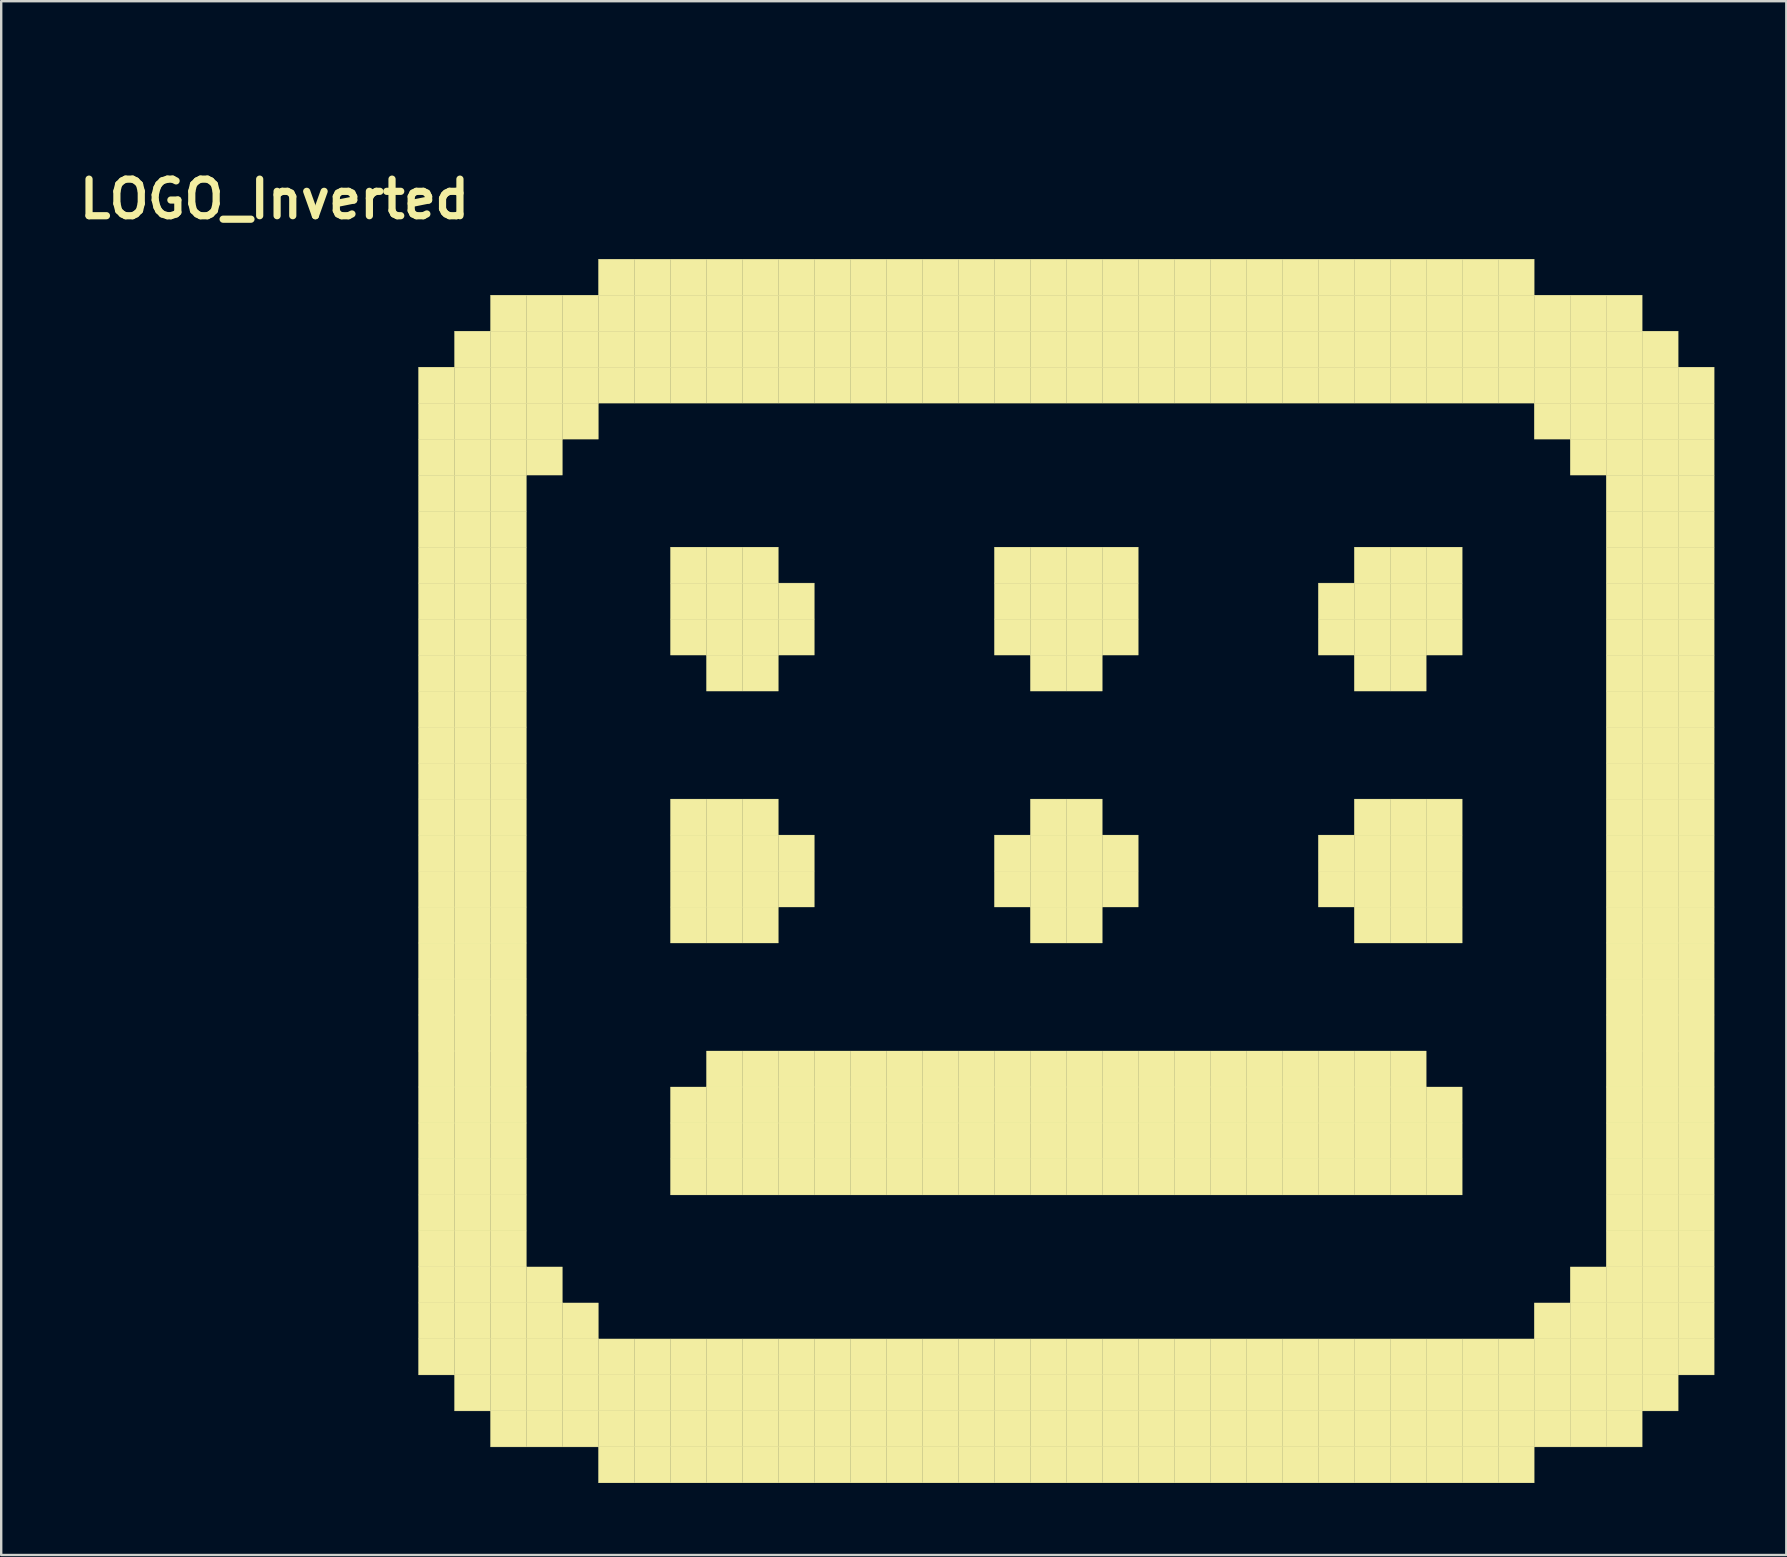
<source format=kicad_pcb>
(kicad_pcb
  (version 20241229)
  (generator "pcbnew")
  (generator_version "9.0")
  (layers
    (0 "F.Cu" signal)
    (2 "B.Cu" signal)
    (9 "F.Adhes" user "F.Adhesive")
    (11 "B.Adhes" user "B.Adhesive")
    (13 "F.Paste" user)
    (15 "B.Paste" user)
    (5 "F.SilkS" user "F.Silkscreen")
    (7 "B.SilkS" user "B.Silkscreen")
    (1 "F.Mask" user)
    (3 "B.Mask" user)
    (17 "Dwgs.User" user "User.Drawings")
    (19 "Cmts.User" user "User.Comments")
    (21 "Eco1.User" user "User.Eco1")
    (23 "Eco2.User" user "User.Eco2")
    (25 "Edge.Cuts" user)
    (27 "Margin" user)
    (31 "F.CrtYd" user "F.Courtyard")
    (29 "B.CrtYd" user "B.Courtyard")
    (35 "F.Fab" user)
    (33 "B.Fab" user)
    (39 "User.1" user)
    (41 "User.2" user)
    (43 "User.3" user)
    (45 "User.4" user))
  (footprint "LOGO_Inverted"
    (layer "F.Cu")
    (at 8.389 0.25)
    (property "Reference" "LOGO_Inverted" (at 0 5 0) (layer "F.SilkS") (effects (font (size 1.524 1.524) (thickness 0.3))))
    (attr through_hole)
    (fp_poly (pts (xy 6 12) (xy 7.5 12) (xy 7.5 13.5) (xy 6 13.5) (xy 6 12)) (stroke (width 0.01) (type solid)) (fill yes) (layer "F.SilkS"))
    (fp_poly (pts (xy 6 13.5) (xy 7.5 13.5) (xy 7.5 15) (xy 6 15) (xy 6 13.5)) (stroke (width 0.01) (type solid)) (fill yes) (layer "F.SilkS"))
    (fp_poly (pts (xy 6 15) (xy 7.5 15) (xy 7.5 16.5) (xy 6 16.5) (xy 6 15)) (stroke (width 0.01) (type solid)) (fill yes) (layer "F.SilkS"))
    (fp_poly (pts (xy 6 16.5) (xy 7.5 16.5) (xy 7.5 18) (xy 6 18) (xy 6 16.5)) (stroke (width 0.01) (type solid)) (fill yes) (layer "F.SilkS"))
    (fp_poly (pts (xy 6 18) (xy 7.5 18) (xy 7.5 19.5) (xy 6 19.5) (xy 6 18)) (stroke (width 0.01) (type solid)) (fill yes) (layer "F.SilkS"))
    (fp_poly (pts (xy 6 19.5) (xy 7.5 19.5) (xy 7.5 21) (xy 6 21) (xy 6 19.5)) (stroke (width 0.01) (type solid)) (fill yes) (layer "F.SilkS"))
    (fp_poly (pts (xy 6 21) (xy 7.5 21) (xy 7.5 22.5) (xy 6 22.5) (xy 6 21)) (stroke (width 0.01) (type solid)) (fill yes) (layer "F.SilkS"))
    (fp_poly (pts (xy 6 22.5) (xy 7.5 22.5) (xy 7.5 24) (xy 6 24) (xy 6 22.5)) (stroke (width 0.01) (type solid)) (fill yes) (layer "F.SilkS"))
    (fp_poly (pts (xy 6 24) (xy 7.5 24) (xy 7.5 25.5) (xy 6 25.5) (xy 6 24)) (stroke (width 0.01) (type solid)) (fill yes) (layer "F.SilkS"))
    (fp_poly (pts (xy 6 25.5) (xy 7.5 25.5) (xy 7.5 27) (xy 6 27) (xy 6 25.5)) (stroke (width 0.01) (type solid)) (fill yes) (layer "F.SilkS"))
    (fp_poly (pts (xy 6 27) (xy 7.5 27) (xy 7.5 28.5) (xy 6 28.5) (xy 6 27)) (stroke (width 0.01) (type solid)) (fill yes) (layer "F.SilkS"))
    (fp_poly (pts (xy 6 28.5) (xy 7.5 28.5) (xy 7.5 30) (xy 6 30) (xy 6 28.5)) (stroke (width 0.01) (type solid)) (fill yes) (layer "F.SilkS"))
    (fp_poly (pts (xy 6 30) (xy 7.5 30) (xy 7.5 31.5) (xy 6 31.5) (xy 6 30)) (stroke (width 0.01) (type solid)) (fill yes) (layer "F.SilkS"))
    (fp_poly (pts (xy 6 31.5) (xy 7.5 31.5) (xy 7.5 33) (xy 6 33) (xy 6 31.5)) (stroke (width 0.01) (type solid)) (fill yes) (layer "F.SilkS"))
    (fp_poly (pts (xy 6 33) (xy 7.5 33) (xy 7.5 34.5) (xy 6 34.5) (xy 6 33)) (stroke (width 0.01) (type solid)) (fill yes) (layer "F.SilkS"))
    (fp_poly (pts (xy 6 34.5) (xy 7.5 34.5) (xy 7.5 36) (xy 6 36) (xy 6 34.5)) (stroke (width 0.01) (type solid)) (fill yes) (layer "F.SilkS"))
    (fp_poly (pts (xy 6 36) (xy 7.5 36) (xy 7.5 37.5) (xy 6 37.5) (xy 6 36)) (stroke (width 0.01) (type solid)) (fill yes) (layer "F.SilkS"))
    (fp_poly (pts (xy 6 37.5) (xy 7.5 37.5) (xy 7.5 39) (xy 6 39) (xy 6 37.5)) (stroke (width 0.01) (type solid)) (fill yes) (layer "F.SilkS"))
    (fp_poly (pts (xy 6 39) (xy 7.5 39) (xy 7.5 40.5) (xy 6 40.5) (xy 6 39)) (stroke (width 0.01) (type solid)) (fill yes) (layer "F.SilkS"))
    (fp_poly (pts (xy 6 40.5) (xy 7.5 40.5) (xy 7.5 42) (xy 6 42) (xy 6 40.5)) (stroke (width 0.01) (type solid)) (fill yes) (layer "F.SilkS"))
    (fp_poly (pts (xy 6 42) (xy 7.5 42) (xy 7.5 43.5) (xy 6 43.5) (xy 6 42)) (stroke (width 0.01) (type solid)) (fill yes) (layer "F.SilkS"))
    (fp_poly (pts (xy 6 43.5) (xy 7.5 43.5) (xy 7.5 45) (xy 6 45) (xy 6 43.5)) (stroke (width 0.01) (type solid)) (fill yes) (layer "F.SilkS"))
    (fp_poly (pts (xy 6 45) (xy 7.5 45) (xy 7.5 46.5) (xy 6 46.5) (xy 6 45)) (stroke (width 0.01) (type solid)) (fill yes) (layer "F.SilkS"))
    (fp_poly (pts (xy 6 46.5) (xy 7.5 46.5) (xy 7.5 48) (xy 6 48) (xy 6 46.5)) (stroke (width 0.01) (type solid)) (fill yes) (layer "F.SilkS"))
    (fp_poly (pts (xy 6 48) (xy 7.5 48) (xy 7.5 49.5) (xy 6 49.5) (xy 6 48)) (stroke (width 0.01) (type solid)) (fill yes) (layer "F.SilkS"))
    (fp_poly (pts (xy 6 49.5) (xy 7.5 49.5) (xy 7.5 51) (xy 6 51) (xy 6 49.5)) (stroke (width 0.01) (type solid)) (fill yes) (layer "F.SilkS"))
    (fp_poly (pts (xy 6 51) (xy 7.5 51) (xy 7.5 52.5) (xy 6 52.5) (xy 6 51)) (stroke (width 0.01) (type solid)) (fill yes) (layer "F.SilkS"))
    (fp_poly (pts (xy 6 52.5) (xy 7.5 52.5) (xy 7.5 54) (xy 6 54) (xy 6 52.5)) (stroke (width 0.01) (type solid)) (fill yes) (layer "F.SilkS"))
    (fp_poly (pts (xy 7.5 10.5) (xy 9 10.5) (xy 9 12) (xy 7.5 12) (xy 7.5 10.5)) (stroke (width 0.01) (type solid)) (fill yes) (layer "F.SilkS"))
    (fp_poly (pts (xy 7.5 12) (xy 9 12) (xy 9 13.5) (xy 7.5 13.5) (xy 7.5 12)) (stroke (width 0.01) (type solid)) (fill yes) (layer "F.SilkS"))
    (fp_poly (pts (xy 7.5 13.5) (xy 9 13.5) (xy 9 15) (xy 7.5 15) (xy 7.5 13.5)) (stroke (width 0.01) (type solid)) (fill yes) (layer "F.SilkS"))
    (fp_poly (pts (xy 7.5 15) (xy 9 15) (xy 9 16.5) (xy 7.5 16.5) (xy 7.5 15)) (stroke (width 0.01) (type solid)) (fill yes) (layer "F.SilkS"))
    (fp_poly (pts (xy 7.5 16.5) (xy 9 16.5) (xy 9 18) (xy 7.5 18) (xy 7.5 16.5)) (stroke (width 0.01) (type solid)) (fill yes) (layer "F.SilkS"))
    (fp_poly (pts (xy 7.5 18) (xy 9 18) (xy 9 19.5) (xy 7.5 19.5) (xy 7.5 18)) (stroke (width 0.01) (type solid)) (fill yes) (layer "F.SilkS"))
    (fp_poly (pts (xy 7.5 19.5) (xy 9 19.5) (xy 9 21) (xy 7.5 21) (xy 7.5 19.5)) (stroke (width 0.01) (type solid)) (fill yes) (layer "F.SilkS"))
    (fp_poly (pts (xy 7.5 21) (xy 9 21) (xy 9 22.5) (xy 7.5 22.5) (xy 7.5 21)) (stroke (width 0.01) (type solid)) (fill yes) (layer "F.SilkS"))
    (fp_poly (pts (xy 7.5 22.5) (xy 9 22.5) (xy 9 24) (xy 7.5 24) (xy 7.5 22.5)) (stroke (width 0.01) (type solid)) (fill yes) (layer "F.SilkS"))
    (fp_poly (pts (xy 7.5 24) (xy 9 24) (xy 9 25.5) (xy 7.5 25.5) (xy 7.5 24)) (stroke (width 0.01) (type solid)) (fill yes) (layer "F.SilkS"))
    (fp_poly (pts (xy 7.5 25.5) (xy 9 25.5) (xy 9 27) (xy 7.5 27) (xy 7.5 25.5)) (stroke (width 0.01) (type solid)) (fill yes) (layer "F.SilkS"))
    (fp_poly (pts (xy 7.5 27) (xy 9 27) (xy 9 28.5) (xy 7.5 28.5) (xy 7.5 27)) (stroke (width 0.01) (type solid)) (fill yes) (layer "F.SilkS"))
    (fp_poly (pts (xy 7.5 28.5) (xy 9 28.5) (xy 9 30) (xy 7.5 30) (xy 7.5 28.5)) (stroke (width 0.01) (type solid)) (fill yes) (layer "F.SilkS"))
    (fp_poly (pts (xy 7.5 30) (xy 9 30) (xy 9 31.5) (xy 7.5 31.5) (xy 7.5 30)) (stroke (width 0.01) (type solid)) (fill yes) (layer "F.SilkS"))
    (fp_poly (pts (xy 7.5 31.5) (xy 9 31.5) (xy 9 33) (xy 7.5 33) (xy 7.5 31.5)) (stroke (width 0.01) (type solid)) (fill yes) (layer "F.SilkS"))
    (fp_poly (pts (xy 7.5 33) (xy 9 33) (xy 9 34.5) (xy 7.5 34.5) (xy 7.5 33)) (stroke (width 0.01) (type solid)) (fill yes) (layer "F.SilkS"))
    (fp_poly (pts (xy 7.5 34.5) (xy 9 34.5) (xy 9 36) (xy 7.5 36) (xy 7.5 34.5)) (stroke (width 0.01) (type solid)) (fill yes) (layer "F.SilkS"))
    (fp_poly (pts (xy 7.5 36) (xy 9 36) (xy 9 37.5) (xy 7.5 37.5) (xy 7.5 36)) (stroke (width 0.01) (type solid)) (fill yes) (layer "F.SilkS"))
    (fp_poly (pts (xy 7.5 37.5) (xy 9 37.5) (xy 9 39) (xy 7.5 39) (xy 7.5 37.5)) (stroke (width 0.01) (type solid)) (fill yes) (layer "F.SilkS"))
    (fp_poly (pts (xy 7.5 39) (xy 9 39) (xy 9 40.5) (xy 7.5 40.5) (xy 7.5 39)) (stroke (width 0.01) (type solid)) (fill yes) (layer "F.SilkS"))
    (fp_poly (pts (xy 7.5 40.5) (xy 9 40.5) (xy 9 42) (xy 7.5 42) (xy 7.5 40.5)) (stroke (width 0.01) (type solid)) (fill yes) (layer "F.SilkS"))
    (fp_poly (pts (xy 7.5 42) (xy 9 42) (xy 9 43.5) (xy 7.5 43.5) (xy 7.5 42)) (stroke (width 0.01) (type solid)) (fill yes) (layer "F.SilkS"))
    (fp_poly (pts (xy 7.5 43.5) (xy 9 43.5) (xy 9 45) (xy 7.5 45) (xy 7.5 43.5)) (stroke (width 0.01) (type solid)) (fill yes) (layer "F.SilkS"))
    (fp_poly (pts (xy 7.5 45) (xy 9 45) (xy 9 46.5) (xy 7.5 46.5) (xy 7.5 45)) (stroke (width 0.01) (type solid)) (fill yes) (layer "F.SilkS"))
    (fp_poly (pts (xy 7.5 46.5) (xy 9 46.5) (xy 9 48) (xy 7.5 48) (xy 7.5 46.5)) (stroke (width 0.01) (type solid)) (fill yes) (layer "F.SilkS"))
    (fp_poly (pts (xy 7.5 48) (xy 9 48) (xy 9 49.5) (xy 7.5 49.5) (xy 7.5 48)) (stroke (width 0.01) (type solid)) (fill yes) (layer "F.SilkS"))
    (fp_poly (pts (xy 7.5 49.5) (xy 9 49.5) (xy 9 51) (xy 7.5 51) (xy 7.5 49.5)) (stroke (width 0.01) (type solid)) (fill yes) (layer "F.SilkS"))
    (fp_poly (pts (xy 7.5 51) (xy 9 51) (xy 9 52.5) (xy 7.5 52.5) (xy 7.5 51)) (stroke (width 0.01) (type solid)) (fill yes) (layer "F.SilkS"))
    (fp_poly (pts (xy 7.5 52.5) (xy 9 52.5) (xy 9 54) (xy 7.5 54) (xy 7.5 52.5)) (stroke (width 0.01) (type solid)) (fill yes) (layer "F.SilkS"))
    (fp_poly (pts (xy 7.5 54) (xy 9 54) (xy 9 55.5) (xy 7.5 55.5) (xy 7.5 54)) (stroke (width 0.01) (type solid)) (fill yes) (layer "F.SilkS"))
    (fp_poly (pts (xy 9 9) (xy 10.5 9) (xy 10.5 10.5) (xy 9 10.5) (xy 9 9)) (stroke (width 0.01) (type solid)) (fill yes) (layer "F.SilkS"))
    (fp_poly (pts (xy 9 10.5) (xy 10.5 10.5) (xy 10.5 12) (xy 9 12) (xy 9 10.5)) (stroke (width 0.01) (type solid)) (fill yes) (layer "F.SilkS"))
    (fp_poly (pts (xy 9 12) (xy 10.5 12) (xy 10.5 13.5) (xy 9 13.5) (xy 9 12)) (stroke (width 0.01) (type solid)) (fill yes) (layer "F.SilkS"))
    (fp_poly (pts (xy 9 13.5) (xy 10.5 13.5) (xy 10.5 15) (xy 9 15) (xy 9 13.5)) (stroke (width 0.01) (type solid)) (fill yes) (layer "F.SilkS"))
    (fp_poly (pts (xy 9 15) (xy 10.5 15) (xy 10.5 16.5) (xy 9 16.5) (xy 9 15)) (stroke (width 0.01) (type solid)) (fill yes) (layer "F.SilkS"))
    (fp_poly (pts (xy 9 16.5) (xy 10.5 16.5) (xy 10.5 18) (xy 9 18) (xy 9 16.5)) (stroke (width 0.01) (type solid)) (fill yes) (layer "F.SilkS"))
    (fp_poly (pts (xy 9 18) (xy 10.5 18) (xy 10.5 19.5) (xy 9 19.5) (xy 9 18)) (stroke (width 0.01) (type solid)) (fill yes) (layer "F.SilkS"))
    (fp_poly (pts (xy 9 19.5) (xy 10.5 19.5) (xy 10.5 21) (xy 9 21) (xy 9 19.5)) (stroke (width 0.01) (type solid)) (fill yes) (layer "F.SilkS"))
    (fp_poly (pts (xy 9 21) (xy 10.5 21) (xy 10.5 22.5) (xy 9 22.5) (xy 9 21)) (stroke (width 0.01) (type solid)) (fill yes) (layer "F.SilkS"))
    (fp_poly (pts (xy 9 22.5) (xy 10.5 22.5) (xy 10.5 24) (xy 9 24) (xy 9 22.5)) (stroke (width 0.01) (type solid)) (fill yes) (layer "F.SilkS"))
    (fp_poly (pts (xy 9 24) (xy 10.5 24) (xy 10.5 25.5) (xy 9 25.5) (xy 9 24)) (stroke (width 0.01) (type solid)) (fill yes) (layer "F.SilkS"))
    (fp_poly (pts (xy 9 25.5) (xy 10.5 25.5) (xy 10.5 27) (xy 9 27) (xy 9 25.5)) (stroke (width 0.01) (type solid)) (fill yes) (layer "F.SilkS"))
    (fp_poly (pts (xy 9 27) (xy 10.5 27) (xy 10.5 28.5) (xy 9 28.5) (xy 9 27)) (stroke (width 0.01) (type solid)) (fill yes) (layer "F.SilkS"))
    (fp_poly (pts (xy 9 28.5) (xy 10.5 28.5) (xy 10.5 30) (xy 9 30) (xy 9 28.5)) (stroke (width 0.01) (type solid)) (fill yes) (layer "F.SilkS"))
    (fp_poly (pts (xy 9 30) (xy 10.5 30) (xy 10.5 31.5) (xy 9 31.5) (xy 9 30)) (stroke (width 0.01) (type solid)) (fill yes) (layer "F.SilkS"))
    (fp_poly (pts (xy 9 31.5) (xy 10.5 31.5) (xy 10.5 33) (xy 9 33) (xy 9 31.5)) (stroke (width 0.01) (type solid)) (fill yes) (layer "F.SilkS"))
    (fp_poly (pts (xy 9 33) (xy 10.5 33) (xy 10.5 34.5) (xy 9 34.5) (xy 9 33)) (stroke (width 0.01) (type solid)) (fill yes) (layer "F.SilkS"))
    (fp_poly (pts (xy 9 34.5) (xy 10.5 34.5) (xy 10.5 36) (xy 9 36) (xy 9 34.5)) (stroke (width 0.01) (type solid)) (fill yes) (layer "F.SilkS"))
    (fp_poly (pts (xy 9 36) (xy 10.5 36) (xy 10.5 37.5) (xy 9 37.5) (xy 9 36)) (stroke (width 0.01) (type solid)) (fill yes) (layer "F.SilkS"))
    (fp_poly (pts (xy 9 37.5) (xy 10.5 37.5) (xy 10.5 39) (xy 9 39) (xy 9 37.5)) (stroke (width 0.01) (type solid)) (fill yes) (layer "F.SilkS"))
    (fp_poly (pts (xy 9 39) (xy 10.5 39) (xy 10.5 40.5) (xy 9 40.5) (xy 9 39)) (stroke (width 0.01) (type solid)) (fill yes) (layer "F.SilkS"))
    (fp_poly (pts (xy 9 40.5) (xy 10.5 40.5) (xy 10.5 42) (xy 9 42) (xy 9 40.5)) (stroke (width 0.01) (type solid)) (fill yes) (layer "F.SilkS"))
    (fp_poly (pts (xy 9 42) (xy 10.5 42) (xy 10.5 43.5) (xy 9 43.5) (xy 9 42)) (stroke (width 0.01) (type solid)) (fill yes) (layer "F.SilkS"))
    (fp_poly (pts (xy 9 43.5) (xy 10.5 43.5) (xy 10.5 45) (xy 9 45) (xy 9 43.5)) (stroke (width 0.01) (type solid)) (fill yes) (layer "F.SilkS"))
    (fp_poly (pts (xy 9 45) (xy 10.5 45) (xy 10.5 46.5) (xy 9 46.5) (xy 9 45)) (stroke (width 0.01) (type solid)) (fill yes) (layer "F.SilkS"))
    (fp_poly (pts (xy 9 46.5) (xy 10.5 46.5) (xy 10.5 48) (xy 9 48) (xy 9 46.5)) (stroke (width 0.01) (type solid)) (fill yes) (layer "F.SilkS"))
    (fp_poly (pts (xy 9 48) (xy 10.5 48) (xy 10.5 49.5) (xy 9 49.5) (xy 9 48)) (stroke (width 0.01) (type solid)) (fill yes) (layer "F.SilkS"))
    (fp_poly (pts (xy 9 49.5) (xy 10.5 49.5) (xy 10.5 51) (xy 9 51) (xy 9 49.5)) (stroke (width 0.01) (type solid)) (fill yes) (layer "F.SilkS"))
    (fp_poly (pts (xy 9 51) (xy 10.5 51) (xy 10.5 52.5) (xy 9 52.5) (xy 9 51)) (stroke (width 0.01) (type solid)) (fill yes) (layer "F.SilkS"))
    (fp_poly (pts (xy 9 52.5) (xy 10.5 52.5) (xy 10.5 54) (xy 9 54) (xy 9 52.5)) (stroke (width 0.01) (type solid)) (fill yes) (layer "F.SilkS"))
    (fp_poly (pts (xy 9 54) (xy 10.5 54) (xy 10.5 55.5) (xy 9 55.5) (xy 9 54)) (stroke (width 0.01) (type solid)) (fill yes) (layer "F.SilkS"))
    (fp_poly (pts (xy 9 55.5) (xy 10.5 55.5) (xy 10.5 57) (xy 9 57) (xy 9 55.5)) (stroke (width 0.01) (type solid)) (fill yes) (layer "F.SilkS"))
    (fp_poly (pts (xy 10.5 9) (xy 12 9) (xy 12 10.5) (xy 10.5 10.5) (xy 10.5 9)) (stroke (width 0.01) (type solid)) (fill yes) (layer "F.SilkS"))
    (fp_poly (pts (xy 10.5 10.5) (xy 12 10.5) (xy 12 12) (xy 10.5 12) (xy 10.5 10.5)) (stroke (width 0.01) (type solid)) (fill yes) (layer "F.SilkS"))
    (fp_poly (pts (xy 10.5 12) (xy 12 12) (xy 12 13.5) (xy 10.5 13.5) (xy 10.5 12)) (stroke (width 0.01) (type solid)) (fill yes) (layer "F.SilkS"))
    (fp_poly (pts (xy 10.5 13.5) (xy 12 13.5) (xy 12 15) (xy 10.5 15) (xy 10.5 13.5)) (stroke (width 0.01) (type solid)) (fill yes) (layer "F.SilkS"))
    (fp_poly (pts (xy 10.5 15) (xy 12 15) (xy 12 16.5) (xy 10.5 16.5) (xy 10.5 15)) (stroke (width 0.01) (type solid)) (fill yes) (layer "F.SilkS"))
    (fp_poly (pts (xy 10.5 49.5) (xy 12 49.5) (xy 12 51) (xy 10.5 51) (xy 10.5 49.5)) (stroke (width 0.01) (type solid)) (fill yes) (layer "F.SilkS"))
    (fp_poly (pts (xy 10.5 51) (xy 12 51) (xy 12 52.5) (xy 10.5 52.5) (xy 10.5 51)) (stroke (width 0.01) (type solid)) (fill yes) (layer "F.SilkS"))
    (fp_poly (pts (xy 10.5 52.5) (xy 12 52.5) (xy 12 54) (xy 10.5 54) (xy 10.5 52.5)) (stroke (width 0.01) (type solid)) (fill yes) (layer "F.SilkS"))
    (fp_poly (pts (xy 10.5 54) (xy 12 54) (xy 12 55.5) (xy 10.5 55.5) (xy 10.5 54)) (stroke (width 0.01) (type solid)) (fill yes) (layer "F.SilkS"))
    (fp_poly (pts (xy 10.5 55.5) (xy 12 55.5) (xy 12 57) (xy 10.5 57) (xy 10.5 55.5)) (stroke (width 0.01) (type solid)) (fill yes) (layer "F.SilkS"))
    (fp_poly (pts (xy 12 9) (xy 13.5 9) (xy 13.5 10.5) (xy 12 10.5) (xy 12 9)) (stroke (width 0.01) (type solid)) (fill yes) (layer "F.SilkS"))
    (fp_poly (pts (xy 12 10.5) (xy 13.5 10.5) (xy 13.5 12) (xy 12 12) (xy 12 10.5)) (stroke (width 0.01) (type solid)) (fill yes) (layer "F.SilkS"))
    (fp_poly (pts (xy 12 12) (xy 13.5 12) (xy 13.5 13.5) (xy 12 13.5) (xy 12 12)) (stroke (width 0.01) (type solid)) (fill yes) (layer "F.SilkS"))
    (fp_poly (pts (xy 12 13.5) (xy 13.5 13.5) (xy 13.5 15) (xy 12 15) (xy 12 13.5)) (stroke (width 0.01) (type solid)) (fill yes) (layer "F.SilkS"))
    (fp_poly (pts (xy 12 51) (xy 13.5 51) (xy 13.5 52.5) (xy 12 52.5) (xy 12 51)) (stroke (width 0.01) (type solid)) (fill yes) (layer "F.SilkS"))
    (fp_poly (pts (xy 12 52.5) (xy 13.5 52.5) (xy 13.5 54) (xy 12 54) (xy 12 52.5)) (stroke (width 0.01) (type solid)) (fill yes) (layer "F.SilkS"))
    (fp_poly (pts (xy 12 54) (xy 13.5 54) (xy 13.5 55.5) (xy 12 55.5) (xy 12 54)) (stroke (width 0.01) (type solid)) (fill yes) (layer "F.SilkS"))
    (fp_poly (pts (xy 12 55.5) (xy 13.5 55.5) (xy 13.5 57) (xy 12 57) (xy 12 55.5)) (stroke (width 0.01) (type solid)) (fill yes) (layer "F.SilkS"))
    (fp_poly (pts (xy 13.5 7.5) (xy 15 7.5) (xy 15 9) (xy 13.5 9) (xy 13.5 7.5)) (stroke (width 0.01) (type solid)) (fill yes) (layer "F.SilkS"))
    (fp_poly (pts (xy 13.5 9) (xy 15 9) (xy 15 10.5) (xy 13.5 10.5) (xy 13.5 9)) (stroke (width 0.01) (type solid)) (fill yes) (layer "F.SilkS"))
    (fp_poly (pts (xy 13.5 10.5) (xy 15 10.5) (xy 15 12) (xy 13.5 12) (xy 13.5 10.5)) (stroke (width 0.01) (type solid)) (fill yes) (layer "F.SilkS"))
    (fp_poly (pts (xy 13.5 12) (xy 15 12) (xy 15 13.5) (xy 13.5 13.5) (xy 13.5 12)) (stroke (width 0.01) (type solid)) (fill yes) (layer "F.SilkS"))
    (fp_poly (pts (xy 13.5 52.5) (xy 15 52.5) (xy 15 54) (xy 13.5 54) (xy 13.5 52.5)) (stroke (width 0.01) (type solid)) (fill yes) (layer "F.SilkS"))
    (fp_poly (pts (xy 13.5 54) (xy 15 54) (xy 15 55.5) (xy 13.5 55.5) (xy 13.5 54)) (stroke (width 0.01) (type solid)) (fill yes) (layer "F.SilkS"))
    (fp_poly (pts (xy 13.5 55.5) (xy 15 55.5) (xy 15 57) (xy 13.5 57) (xy 13.5 55.5)) (stroke (width 0.01) (type solid)) (fill yes) (layer "F.SilkS"))
    (fp_poly (pts (xy 13.5 57) (xy 15 57) (xy 15 58.5) (xy 13.5 58.5) (xy 13.5 57)) (stroke (width 0.01) (type solid)) (fill yes) (layer "F.SilkS"))
    (fp_poly (pts (xy 15 7.5) (xy 16.5 7.5) (xy 16.5 9) (xy 15 9) (xy 15 7.5)) (stroke (width 0.01) (type solid)) (fill yes) (layer "F.SilkS"))
    (fp_poly (pts (xy 15 9) (xy 16.5 9) (xy 16.5 10.5) (xy 15 10.5) (xy 15 9)) (stroke (width 0.01) (type solid)) (fill yes) (layer "F.SilkS"))
    (fp_poly (pts (xy 15 10.5) (xy 16.5 10.5) (xy 16.5 12) (xy 15 12) (xy 15 10.5)) (stroke (width 0.01) (type solid)) (fill yes) (layer "F.SilkS"))
    (fp_poly (pts (xy 15 12) (xy 16.5 12) (xy 16.5 13.5) (xy 15 13.5) (xy 15 12)) (stroke (width 0.01) (type solid)) (fill yes) (layer "F.SilkS"))
    (fp_poly (pts (xy 15 52.5) (xy 16.5 52.5) (xy 16.5 54) (xy 15 54) (xy 15 52.5)) (stroke (width 0.01) (type solid)) (fill yes) (layer "F.SilkS"))
    (fp_poly (pts (xy 15 54) (xy 16.5 54) (xy 16.5 55.5) (xy 15 55.5) (xy 15 54)) (stroke (width 0.01) (type solid)) (fill yes) (layer "F.SilkS"))
    (fp_poly (pts (xy 15 55.5) (xy 16.5 55.5) (xy 16.5 57) (xy 15 57) (xy 15 55.5)) (stroke (width 0.01) (type solid)) (fill yes) (layer "F.SilkS"))
    (fp_poly (pts (xy 15 57) (xy 16.5 57) (xy 16.5 58.5) (xy 15 58.5) (xy 15 57)) (stroke (width 0.01) (type solid)) (fill yes) (layer "F.SilkS"))
    (fp_poly (pts (xy 16.5 7.5) (xy 18 7.5) (xy 18 9) (xy 16.5 9) (xy 16.5 7.5)) (stroke (width 0.01) (type solid)) (fill yes) (layer "F.SilkS"))
    (fp_poly (pts (xy 16.5 9) (xy 18 9) (xy 18 10.5) (xy 16.5 10.5) (xy 16.5 9)) (stroke (width 0.01) (type solid)) (fill yes) (layer "F.SilkS"))
    (fp_poly (pts (xy 16.5 10.5) (xy 18 10.5) (xy 18 12) (xy 16.5 12) (xy 16.5 10.5)) (stroke (width 0.01) (type solid)) (fill yes) (layer "F.SilkS"))
    (fp_poly (pts (xy 16.5 12) (xy 18 12) (xy 18 13.5) (xy 16.5 13.5) (xy 16.5 12)) (stroke (width 0.01) (type solid)) (fill yes) (layer "F.SilkS"))
    (fp_poly (pts (xy 16.5 19.5) (xy 18 19.5) (xy 18 21) (xy 16.5 21) (xy 16.5 19.5)) (stroke (width 0.01) (type solid)) (fill yes) (layer "F.SilkS"))
    (fp_poly (pts (xy 16.5 21) (xy 18 21) (xy 18 22.5) (xy 16.5 22.5) (xy 16.5 21)) (stroke (width 0.01) (type solid)) (fill yes) (layer "F.SilkS"))
    (fp_poly (pts (xy 16.5 22.5) (xy 18 22.5) (xy 18 24) (xy 16.5 24) (xy 16.5 22.5)) (stroke (width 0.01) (type solid)) (fill yes) (layer "F.SilkS"))
    (fp_poly (pts (xy 16.5 30) (xy 18 30) (xy 18 31.5) (xy 16.5 31.5) (xy 16.5 30)) (stroke (width 0.01) (type solid)) (fill yes) (layer "F.SilkS"))
    (fp_poly (pts (xy 16.5 31.5) (xy 18 31.5) (xy 18 33) (xy 16.5 33) (xy 16.5 31.5)) (stroke (width 0.01) (type solid)) (fill yes) (layer "F.SilkS"))
    (fp_poly (pts (xy 16.5 33) (xy 18 33) (xy 18 34.5) (xy 16.5 34.5) (xy 16.5 33)) (stroke (width 0.01) (type solid)) (fill yes) (layer "F.SilkS"))
    (fp_poly (pts (xy 16.5 34.5) (xy 18 34.5) (xy 18 36) (xy 16.5 36) (xy 16.5 34.5)) (stroke (width 0.01) (type solid)) (fill yes) (layer "F.SilkS"))
    (fp_poly (pts (xy 16.5 42) (xy 18 42) (xy 18 43.5) (xy 16.5 43.5) (xy 16.5 42)) (stroke (width 0.01) (type solid)) (fill yes) (layer "F.SilkS"))
    (fp_poly (pts (xy 16.5 43.5) (xy 18 43.5) (xy 18 45) (xy 16.5 45) (xy 16.5 43.5)) (stroke (width 0.01) (type solid)) (fill yes) (layer "F.SilkS"))
    (fp_poly (pts (xy 16.5 45) (xy 18 45) (xy 18 46.5) (xy 16.5 46.5) (xy 16.5 45)) (stroke (width 0.01) (type solid)) (fill yes) (layer "F.SilkS"))
    (fp_poly (pts (xy 16.5 52.5) (xy 18 52.5) (xy 18 54) (xy 16.5 54) (xy 16.5 52.5)) (stroke (width 0.01) (type solid)) (fill yes) (layer "F.SilkS"))
    (fp_poly (pts (xy 16.5 54) (xy 18 54) (xy 18 55.5) (xy 16.5 55.5) (xy 16.5 54)) (stroke (width 0.01) (type solid)) (fill yes) (layer "F.SilkS"))
    (fp_poly (pts (xy 16.5 55.5) (xy 18 55.5) (xy 18 57) (xy 16.5 57) (xy 16.5 55.5)) (stroke (width 0.01) (type solid)) (fill yes) (layer "F.SilkS"))
    (fp_poly (pts (xy 16.5 57) (xy 18 57) (xy 18 58.5) (xy 16.5 58.5) (xy 16.5 57)) (stroke (width 0.01) (type solid)) (fill yes) (layer "F.SilkS"))
    (fp_poly (pts (xy 18 7.5) (xy 19.5 7.5) (xy 19.5 9) (xy 18 9) (xy 18 7.5)) (stroke (width 0.01) (type solid)) (fill yes) (layer "F.SilkS"))
    (fp_poly (pts (xy 18 9) (xy 19.5 9) (xy 19.5 10.5) (xy 18 10.5) (xy 18 9)) (stroke (width 0.01) (type solid)) (fill yes) (layer "F.SilkS"))
    (fp_poly (pts (xy 18 10.5) (xy 19.5 10.5) (xy 19.5 12) (xy 18 12) (xy 18 10.5)) (stroke (width 0.01) (type solid)) (fill yes) (layer "F.SilkS"))
    (fp_poly (pts (xy 18 12) (xy 19.5 12) (xy 19.5 13.5) (xy 18 13.5) (xy 18 12)) (stroke (width 0.01) (type solid)) (fill yes) (layer "F.SilkS"))
    (fp_poly (pts (xy 18 19.5) (xy 19.5 19.5) (xy 19.5 21) (xy 18 21) (xy 18 19.5)) (stroke (width 0.01) (type solid)) (fill yes) (layer "F.SilkS"))
    (fp_poly (pts (xy 18 21) (xy 19.5 21) (xy 19.5 22.5) (xy 18 22.5) (xy 18 21)) (stroke (width 0.01) (type solid)) (fill yes) (layer "F.SilkS"))
    (fp_poly (pts (xy 18 22.5) (xy 19.5 22.5) (xy 19.5 24) (xy 18 24) (xy 18 22.5)) (stroke (width 0.01) (type solid)) (fill yes) (layer "F.SilkS"))
    (fp_poly (pts (xy 18 24) (xy 19.5 24) (xy 19.5 25.5) (xy 18 25.5) (xy 18 24)) (stroke (width 0.01) (type solid)) (fill yes) (layer "F.SilkS"))
    (fp_poly (pts (xy 18 30) (xy 19.5 30) (xy 19.5 31.5) (xy 18 31.5) (xy 18 30)) (stroke (width 0.01) (type solid)) (fill yes) (layer "F.SilkS"))
    (fp_poly (pts (xy 18 31.5) (xy 19.5 31.5) (xy 19.5 33) (xy 18 33) (xy 18 31.5)) (stroke (width 0.01) (type solid)) (fill yes) (layer "F.SilkS"))
    (fp_poly (pts (xy 18 33) (xy 19.5 33) (xy 19.5 34.5) (xy 18 34.5) (xy 18 33)) (stroke (width 0.01) (type solid)) (fill yes) (layer "F.SilkS"))
    (fp_poly (pts (xy 18 34.5) (xy 19.5 34.5) (xy 19.5 36) (xy 18 36) (xy 18 34.5)) (stroke (width 0.01) (type solid)) (fill yes) (layer "F.SilkS"))
    (fp_poly (pts (xy 18 40.5) (xy 19.5 40.5) (xy 19.5 42) (xy 18 42) (xy 18 40.5)) (stroke (width 0.01) (type solid)) (fill yes) (layer "F.SilkS"))
    (fp_poly (pts (xy 18 42) (xy 19.5 42) (xy 19.5 43.5) (xy 18 43.5) (xy 18 42)) (stroke (width 0.01) (type solid)) (fill yes) (layer "F.SilkS"))
    (fp_poly (pts (xy 18 43.5) (xy 19.5 43.5) (xy 19.5 45) (xy 18 45) (xy 18 43.5)) (stroke (width 0.01) (type solid)) (fill yes) (layer "F.SilkS"))
    (fp_poly (pts (xy 18 45) (xy 19.5 45) (xy 19.5 46.5) (xy 18 46.5) (xy 18 45)) (stroke (width 0.01) (type solid)) (fill yes) (layer "F.SilkS"))
    (fp_poly (pts (xy 18 52.5) (xy 19.5 52.5) (xy 19.5 54) (xy 18 54) (xy 18 52.5)) (stroke (width 0.01) (type solid)) (fill yes) (layer "F.SilkS"))
    (fp_poly (pts (xy 18 54) (xy 19.5 54) (xy 19.5 55.5) (xy 18 55.5) (xy 18 54)) (stroke (width 0.01) (type solid)) (fill yes) (layer "F.SilkS"))
    (fp_poly (pts (xy 18 55.5) (xy 19.5 55.5) (xy 19.5 57) (xy 18 57) (xy 18 55.5)) (stroke (width 0.01) (type solid)) (fill yes) (layer "F.SilkS"))
    (fp_poly (pts (xy 18 57) (xy 19.5 57) (xy 19.5 58.5) (xy 18 58.5) (xy 18 57)) (stroke (width 0.01) (type solid)) (fill yes) (layer "F.SilkS"))
    (fp_poly (pts (xy 19.5 7.5) (xy 21 7.5) (xy 21 9) (xy 19.5 9) (xy 19.5 7.5)) (stroke (width 0.01) (type solid)) (fill yes) (layer "F.SilkS"))
    (fp_poly (pts (xy 19.5 9) (xy 21 9) (xy 21 10.5) (xy 19.5 10.5) (xy 19.5 9)) (stroke (width 0.01) (type solid)) (fill yes) (layer "F.SilkS"))
    (fp_poly (pts (xy 19.5 10.5) (xy 21 10.5) (xy 21 12) (xy 19.5 12) (xy 19.5 10.5)) (stroke (width 0.01) (type solid)) (fill yes) (layer "F.SilkS"))
    (fp_poly (pts (xy 19.5 12) (xy 21 12) (xy 21 13.5) (xy 19.5 13.5) (xy 19.5 12)) (stroke (width 0.01) (type solid)) (fill yes) (layer "F.SilkS"))
    (fp_poly (pts (xy 19.5 19.5) (xy 21 19.5) (xy 21 21) (xy 19.5 21) (xy 19.5 19.5)) (stroke (width 0.01) (type solid)) (fill yes) (layer "F.SilkS"))
    (fp_poly (pts (xy 19.5 21) (xy 21 21) (xy 21 22.5) (xy 19.5 22.5) (xy 19.5 21)) (stroke (width 0.01) (type solid)) (fill yes) (layer "F.SilkS"))
    (fp_poly (pts (xy 19.5 22.5) (xy 21 22.5) (xy 21 24) (xy 19.5 24) (xy 19.5 22.5)) (stroke (width 0.01) (type solid)) (fill yes) (layer "F.SilkS"))
    (fp_poly (pts (xy 19.5 24) (xy 21 24) (xy 21 25.5) (xy 19.5 25.5) (xy 19.5 24)) (stroke (width 0.01) (type solid)) (fill yes) (layer "F.SilkS"))
    (fp_poly (pts (xy 19.5 30) (xy 21 30) (xy 21 31.5) (xy 19.5 31.5) (xy 19.5 30)) (stroke (width 0.01) (type solid)) (fill yes) (layer "F.SilkS"))
    (fp_poly (pts (xy 19.5 31.5) (xy 21 31.5) (xy 21 33) (xy 19.5 33) (xy 19.5 31.5)) (stroke (width 0.01) (type solid)) (fill yes) (layer "F.SilkS"))
    (fp_poly (pts (xy 19.5 33) (xy 21 33) (xy 21 34.5) (xy 19.5 34.5) (xy 19.5 33)) (stroke (width 0.01) (type solid)) (fill yes) (layer "F.SilkS"))
    (fp_poly (pts (xy 19.5 34.5) (xy 21 34.5) (xy 21 36) (xy 19.5 36) (xy 19.5 34.5)) (stroke (width 0.01) (type solid)) (fill yes) (layer "F.SilkS"))
    (fp_poly (pts (xy 19.5 40.5) (xy 21 40.5) (xy 21 42) (xy 19.5 42) (xy 19.5 40.5)) (stroke (width 0.01) (type solid)) (fill yes) (layer "F.SilkS"))
    (fp_poly (pts (xy 19.5 42) (xy 21 42) (xy 21 43.5) (xy 19.5 43.5) (xy 19.5 42)) (stroke (width 0.01) (type solid)) (fill yes) (layer "F.SilkS"))
    (fp_poly (pts (xy 19.5 43.5) (xy 21 43.5) (xy 21 45) (xy 19.5 45) (xy 19.5 43.5)) (stroke (width 0.01) (type solid)) (fill yes) (layer "F.SilkS"))
    (fp_poly (pts (xy 19.5 45) (xy 21 45) (xy 21 46.5) (xy 19.5 46.5) (xy 19.5 45)) (stroke (width 0.01) (type solid)) (fill yes) (layer "F.SilkS"))
    (fp_poly (pts (xy 19.5 52.5) (xy 21 52.5) (xy 21 54) (xy 19.5 54) (xy 19.5 52.5)) (stroke (width 0.01) (type solid)) (fill yes) (layer "F.SilkS"))
    (fp_poly (pts (xy 19.5 54) (xy 21 54) (xy 21 55.5) (xy 19.5 55.5) (xy 19.5 54)) (stroke (width 0.01) (type solid)) (fill yes) (layer "F.SilkS"))
    (fp_poly (pts (xy 19.5 55.5) (xy 21 55.5) (xy 21 57) (xy 19.5 57) (xy 19.5 55.5)) (stroke (width 0.01) (type solid)) (fill yes) (layer "F.SilkS"))
    (fp_poly (pts (xy 19.5 57) (xy 21 57) (xy 21 58.5) (xy 19.5 58.5) (xy 19.5 57)) (stroke (width 0.01) (type solid)) (fill yes) (layer "F.SilkS"))
    (fp_poly (pts (xy 21 7.5) (xy 22.5 7.5) (xy 22.5 9) (xy 21 9) (xy 21 7.5)) (stroke (width 0.01) (type solid)) (fill yes) (layer "F.SilkS"))
    (fp_poly (pts (xy 21 9) (xy 22.5 9) (xy 22.5 10.5) (xy 21 10.5) (xy 21 9)) (stroke (width 0.01) (type solid)) (fill yes) (layer "F.SilkS"))
    (fp_poly (pts (xy 21 10.5) (xy 22.5 10.5) (xy 22.5 12) (xy 21 12) (xy 21 10.5)) (stroke (width 0.01) (type solid)) (fill yes) (layer "F.SilkS"))
    (fp_poly (pts (xy 21 12) (xy 22.5 12) (xy 22.5 13.5) (xy 21 13.5) (xy 21 12)) (stroke (width 0.01) (type solid)) (fill yes) (layer "F.SilkS"))
    (fp_poly (pts (xy 21 21) (xy 22.5 21) (xy 22.5 22.5) (xy 21 22.5) (xy 21 21)) (stroke (width 0.01) (type solid)) (fill yes) (layer "F.SilkS"))
    (fp_poly (pts (xy 21 22.5) (xy 22.5 22.5) (xy 22.5 24) (xy 21 24) (xy 21 22.5)) (stroke (width 0.01) (type solid)) (fill yes) (layer "F.SilkS"))
    (fp_poly (pts (xy 21 31.5) (xy 22.5 31.5) (xy 22.5 33) (xy 21 33) (xy 21 31.5)) (stroke (width 0.01) (type solid)) (fill yes) (layer "F.SilkS"))
    (fp_poly (pts (xy 21 33) (xy 22.5 33) (xy 22.5 34.5) (xy 21 34.5) (xy 21 33)) (stroke (width 0.01) (type solid)) (fill yes) (layer "F.SilkS"))
    (fp_poly (pts (xy 21 40.5) (xy 22.5 40.5) (xy 22.5 42) (xy 21 42) (xy 21 40.5)) (stroke (width 0.01) (type solid)) (fill yes) (layer "F.SilkS"))
    (fp_poly (pts (xy 21 42) (xy 22.5 42) (xy 22.5 43.5) (xy 21 43.5) (xy 21 42)) (stroke (width 0.01) (type solid)) (fill yes) (layer "F.SilkS"))
    (fp_poly (pts (xy 21 43.5) (xy 22.5 43.5) (xy 22.5 45) (xy 21 45) (xy 21 43.5)) (stroke (width 0.01) (type solid)) (fill yes) (layer "F.SilkS"))
    (fp_poly (pts (xy 21 45) (xy 22.5 45) (xy 22.5 46.5) (xy 21 46.5) (xy 21 45)) (stroke (width 0.01) (type solid)) (fill yes) (layer "F.SilkS"))
    (fp_poly (pts (xy 21 52.5) (xy 22.5 52.5) (xy 22.5 54) (xy 21 54) (xy 21 52.5)) (stroke (width 0.01) (type solid)) (fill yes) (layer "F.SilkS"))
    (fp_poly (pts (xy 21 54) (xy 22.5 54) (xy 22.5 55.5) (xy 21 55.5) (xy 21 54)) (stroke (width 0.01) (type solid)) (fill yes) (layer "F.SilkS"))
    (fp_poly (pts (xy 21 55.5) (xy 22.5 55.5) (xy 22.5 57) (xy 21 57) (xy 21 55.5)) (stroke (width 0.01) (type solid)) (fill yes) (layer "F.SilkS"))
    (fp_poly (pts (xy 21 57) (xy 22.5 57) (xy 22.5 58.5) (xy 21 58.5) (xy 21 57)) (stroke (width 0.01) (type solid)) (fill yes) (layer "F.SilkS"))
    (fp_poly (pts (xy 22.5 7.5) (xy 24 7.5) (xy 24 9) (xy 22.5 9) (xy 22.5 7.5)) (stroke (width 0.01) (type solid)) (fill yes) (layer "F.SilkS"))
    (fp_poly (pts (xy 22.5 9) (xy 24 9) (xy 24 10.5) (xy 22.5 10.5) (xy 22.5 9)) (stroke (width 0.01) (type solid)) (fill yes) (layer "F.SilkS"))
    (fp_poly (pts (xy 22.5 10.5) (xy 24 10.5) (xy 24 12) (xy 22.5 12) (xy 22.5 10.5)) (stroke (width 0.01) (type solid)) (fill yes) (layer "F.SilkS"))
    (fp_poly (pts (xy 22.5 12) (xy 24 12) (xy 24 13.5) (xy 22.5 13.5) (xy 22.5 12)) (stroke (width 0.01) (type solid)) (fill yes) (layer "F.SilkS"))
    (fp_poly (pts (xy 22.5 40.5) (xy 24 40.5) (xy 24 42) (xy 22.5 42) (xy 22.5 40.5)) (stroke (width 0.01) (type solid)) (fill yes) (layer "F.SilkS"))
    (fp_poly (pts (xy 22.5 42) (xy 24 42) (xy 24 43.5) (xy 22.5 43.5) (xy 22.5 42)) (stroke (width 0.01) (type solid)) (fill yes) (layer "F.SilkS"))
    (fp_poly (pts (xy 22.5 43.5) (xy 24 43.5) (xy 24 45) (xy 22.5 45) (xy 22.5 43.5)) (stroke (width 0.01) (type solid)) (fill yes) (layer "F.SilkS"))
    (fp_poly (pts (xy 22.5 45) (xy 24 45) (xy 24 46.5) (xy 22.5 46.5) (xy 22.5 45)) (stroke (width 0.01) (type solid)) (fill yes) (layer "F.SilkS"))
    (fp_poly (pts (xy 22.5 52.5) (xy 24 52.5) (xy 24 54) (xy 22.5 54) (xy 22.5 52.5)) (stroke (width 0.01) (type solid)) (fill yes) (layer "F.SilkS"))
    (fp_poly (pts (xy 22.5 54) (xy 24 54) (xy 24 55.5) (xy 22.5 55.5) (xy 22.5 54)) (stroke (width 0.01) (type solid)) (fill yes) (layer "F.SilkS"))
    (fp_poly (pts (xy 22.5 55.5) (xy 24 55.5) (xy 24 57) (xy 22.5 57) (xy 22.5 55.5)) (stroke (width 0.01) (type solid)) (fill yes) (layer "F.SilkS"))
    (fp_poly (pts (xy 22.5 57) (xy 24 57) (xy 24 58.5) (xy 22.5 58.5) (xy 22.5 57)) (stroke (width 0.01) (type solid)) (fill yes) (layer "F.SilkS"))
    (fp_poly (pts (xy 24 7.5) (xy 25.5 7.5) (xy 25.5 9) (xy 24 9) (xy 24 7.5)) (stroke (width 0.01) (type solid)) (fill yes) (layer "F.SilkS"))
    (fp_poly (pts (xy 24 9) (xy 25.5 9) (xy 25.5 10.5) (xy 24 10.5) (xy 24 9)) (stroke (width 0.01) (type solid)) (fill yes) (layer "F.SilkS"))
    (fp_poly (pts (xy 24 10.5) (xy 25.5 10.5) (xy 25.5 12) (xy 24 12) (xy 24 10.5)) (stroke (width 0.01) (type solid)) (fill yes) (layer "F.SilkS"))
    (fp_poly (pts (xy 24 12) (xy 25.5 12) (xy 25.5 13.5) (xy 24 13.5) (xy 24 12)) (stroke (width 0.01) (type solid)) (fill yes) (layer "F.SilkS"))
    (fp_poly (pts (xy 24 40.5) (xy 25.5 40.5) (xy 25.5 42) (xy 24 42) (xy 24 40.5)) (stroke (width 0.01) (type solid)) (fill yes) (layer "F.SilkS"))
    (fp_poly (pts (xy 24 42) (xy 25.5 42) (xy 25.5 43.5) (xy 24 43.5) (xy 24 42)) (stroke (width 0.01) (type solid)) (fill yes) (layer "F.SilkS"))
    (fp_poly (pts (xy 24 43.5) (xy 25.5 43.5) (xy 25.5 45) (xy 24 45) (xy 24 43.5)) (stroke (width 0.01) (type solid)) (fill yes) (layer "F.SilkS"))
    (fp_poly (pts (xy 24 45) (xy 25.5 45) (xy 25.5 46.5) (xy 24 46.5) (xy 24 45)) (stroke (width 0.01) (type solid)) (fill yes) (layer "F.SilkS"))
    (fp_poly (pts (xy 24 52.5) (xy 25.5 52.5) (xy 25.5 54) (xy 24 54) (xy 24 52.5)) (stroke (width 0.01) (type solid)) (fill yes) (layer "F.SilkS"))
    (fp_poly (pts (xy 24 54) (xy 25.5 54) (xy 25.5 55.5) (xy 24 55.5) (xy 24 54)) (stroke (width 0.01) (type solid)) (fill yes) (layer "F.SilkS"))
    (fp_poly (pts (xy 24 55.5) (xy 25.5 55.5) (xy 25.5 57) (xy 24 57) (xy 24 55.5)) (stroke (width 0.01) (type solid)) (fill yes) (layer "F.SilkS"))
    (fp_poly (pts (xy 24 57) (xy 25.5 57) (xy 25.5 58.5) (xy 24 58.5) (xy 24 57)) (stroke (width 0.01) (type solid)) (fill yes) (layer "F.SilkS"))
    (fp_poly (pts (xy 25.5 7.5) (xy 27 7.5) (xy 27 9) (xy 25.5 9) (xy 25.5 7.5)) (stroke (width 0.01) (type solid)) (fill yes) (layer "F.SilkS"))
    (fp_poly (pts (xy 25.5 9) (xy 27 9) (xy 27 10.5) (xy 25.5 10.5) (xy 25.5 9)) (stroke (width 0.01) (type solid)) (fill yes) (layer "F.SilkS"))
    (fp_poly (pts (xy 25.5 10.5) (xy 27 10.5) (xy 27 12) (xy 25.5 12) (xy 25.5 10.5)) (stroke (width 0.01) (type solid)) (fill yes) (layer "F.SilkS"))
    (fp_poly (pts (xy 25.5 12) (xy 27 12) (xy 27 13.5) (xy 25.5 13.5) (xy 25.5 12)) (stroke (width 0.01) (type solid)) (fill yes) (layer "F.SilkS"))
    (fp_poly (pts (xy 25.5 40.5) (xy 27 40.5) (xy 27 42) (xy 25.5 42) (xy 25.5 40.5)) (stroke (width 0.01) (type solid)) (fill yes) (layer "F.SilkS"))
    (fp_poly (pts (xy 25.5 42) (xy 27 42) (xy 27 43.5) (xy 25.5 43.5) (xy 25.5 42)) (stroke (width 0.01) (type solid)) (fill yes) (layer "F.SilkS"))
    (fp_poly (pts (xy 25.5 43.5) (xy 27 43.5) (xy 27 45) (xy 25.5 45) (xy 25.5 43.5)) (stroke (width 0.01) (type solid)) (fill yes) (layer "F.SilkS"))
    (fp_poly (pts (xy 25.5 45) (xy 27 45) (xy 27 46.5) (xy 25.5 46.5) (xy 25.5 45)) (stroke (width 0.01) (type solid)) (fill yes) (layer "F.SilkS"))
    (fp_poly (pts (xy 25.5 52.5) (xy 27 52.5) (xy 27 54) (xy 25.5 54) (xy 25.5 52.5)) (stroke (width 0.01) (type solid)) (fill yes) (layer "F.SilkS"))
    (fp_poly (pts (xy 25.5 54) (xy 27 54) (xy 27 55.5) (xy 25.5 55.5) (xy 25.5 54)) (stroke (width 0.01) (type solid)) (fill yes) (layer "F.SilkS"))
    (fp_poly (pts (xy 25.5 55.5) (xy 27 55.5) (xy 27 57) (xy 25.5 57) (xy 25.5 55.5)) (stroke (width 0.01) (type solid)) (fill yes) (layer "F.SilkS"))
    (fp_poly (pts (xy 25.5 57) (xy 27 57) (xy 27 58.5) (xy 25.5 58.5) (xy 25.5 57)) (stroke (width 0.01) (type solid)) (fill yes) (layer "F.SilkS"))
    (fp_poly (pts (xy 27 7.5) (xy 28.5 7.5) (xy 28.5 9) (xy 27 9) (xy 27 7.5)) (stroke (width 0.01) (type solid)) (fill yes) (layer "F.SilkS"))
    (fp_poly (pts (xy 27 9) (xy 28.5 9) (xy 28.5 10.5) (xy 27 10.5) (xy 27 9)) (stroke (width 0.01) (type solid)) (fill yes) (layer "F.SilkS"))
    (fp_poly (pts (xy 27 10.5) (xy 28.5 10.5) (xy 28.5 12) (xy 27 12) (xy 27 10.5)) (stroke (width 0.01) (type solid)) (fill yes) (layer "F.SilkS"))
    (fp_poly (pts (xy 27 12) (xy 28.5 12) (xy 28.5 13.5) (xy 27 13.5) (xy 27 12)) (stroke (width 0.01) (type solid)) (fill yes) (layer "F.SilkS"))
    (fp_poly (pts (xy 27 40.5) (xy 28.5 40.5) (xy 28.5 42) (xy 27 42) (xy 27 40.5)) (stroke (width 0.01) (type solid)) (fill yes) (layer "F.SilkS"))
    (fp_poly (pts (xy 27 42) (xy 28.5 42) (xy 28.5 43.5) (xy 27 43.5) (xy 27 42)) (stroke (width 0.01) (type solid)) (fill yes) (layer "F.SilkS"))
    (fp_poly (pts (xy 27 43.5) (xy 28.5 43.5) (xy 28.5 45) (xy 27 45) (xy 27 43.5)) (stroke (width 0.01) (type solid)) (fill yes) (layer "F.SilkS"))
    (fp_poly (pts (xy 27 45) (xy 28.5 45) (xy 28.5 46.5) (xy 27 46.5) (xy 27 45)) (stroke (width 0.01) (type solid)) (fill yes) (layer "F.SilkS"))
    (fp_poly (pts (xy 27 52.5) (xy 28.5 52.5) (xy 28.5 54) (xy 27 54) (xy 27 52.5)) (stroke (width 0.01) (type solid)) (fill yes) (layer "F.SilkS"))
    (fp_poly (pts (xy 27 54) (xy 28.5 54) (xy 28.5 55.5) (xy 27 55.5) (xy 27 54)) (stroke (width 0.01) (type solid)) (fill yes) (layer "F.SilkS"))
    (fp_poly (pts (xy 27 55.5) (xy 28.5 55.5) (xy 28.5 57) (xy 27 57) (xy 27 55.5)) (stroke (width 0.01) (type solid)) (fill yes) (layer "F.SilkS"))
    (fp_poly (pts (xy 27 57) (xy 28.5 57) (xy 28.5 58.5) (xy 27 58.5) (xy 27 57)) (stroke (width 0.01) (type solid)) (fill yes) (layer "F.SilkS"))
    (fp_poly (pts (xy 28.5 7.5) (xy 30 7.5) (xy 30 9) (xy 28.5 9) (xy 28.5 7.5)) (stroke (width 0.01) (type solid)) (fill yes) (layer "F.SilkS"))
    (fp_poly (pts (xy 28.5 9) (xy 30 9) (xy 30 10.5) (xy 28.5 10.5) (xy 28.5 9)) (stroke (width 0.01) (type solid)) (fill yes) (layer "F.SilkS"))
    (fp_poly (pts (xy 28.5 10.5) (xy 30 10.5) (xy 30 12) (xy 28.5 12) (xy 28.5 10.5)) (stroke (width 0.01) (type solid)) (fill yes) (layer "F.SilkS"))
    (fp_poly (pts (xy 28.5 12) (xy 30 12) (xy 30 13.5) (xy 28.5 13.5) (xy 28.5 12)) (stroke (width 0.01) (type solid)) (fill yes) (layer "F.SilkS"))
    (fp_poly (pts (xy 28.5 40.5) (xy 30 40.5) (xy 30 42) (xy 28.5 42) (xy 28.5 40.5)) (stroke (width 0.01) (type solid)) (fill yes) (layer "F.SilkS"))
    (fp_poly (pts (xy 28.5 42) (xy 30 42) (xy 30 43.5) (xy 28.5 43.5) (xy 28.5 42)) (stroke (width 0.01) (type solid)) (fill yes) (layer "F.SilkS"))
    (fp_poly (pts (xy 28.5 43.5) (xy 30 43.5) (xy 30 45) (xy 28.5 45) (xy 28.5 43.5)) (stroke (width 0.01) (type solid)) (fill yes) (layer "F.SilkS"))
    (fp_poly (pts (xy 28.5 45) (xy 30 45) (xy 30 46.5) (xy 28.5 46.5) (xy 28.5 45)) (stroke (width 0.01) (type solid)) (fill yes) (layer "F.SilkS"))
    (fp_poly (pts (xy 28.5 52.5) (xy 30 52.5) (xy 30 54) (xy 28.5 54) (xy 28.5 52.5)) (stroke (width 0.01) (type solid)) (fill yes) (layer "F.SilkS"))
    (fp_poly (pts (xy 28.5 54) (xy 30 54) (xy 30 55.5) (xy 28.5 55.5) (xy 28.5 54)) (stroke (width 0.01) (type solid)) (fill yes) (layer "F.SilkS"))
    (fp_poly (pts (xy 28.5 55.5) (xy 30 55.5) (xy 30 57) (xy 28.5 57) (xy 28.5 55.5)) (stroke (width 0.01) (type solid)) (fill yes) (layer "F.SilkS"))
    (fp_poly (pts (xy 28.5 57) (xy 30 57) (xy 30 58.5) (xy 28.5 58.5) (xy 28.5 57)) (stroke (width 0.01) (type solid)) (fill yes) (layer "F.SilkS"))
    (fp_poly (pts (xy 30 7.5) (xy 31.5 7.5) (xy 31.5 9) (xy 30 9) (xy 30 7.5)) (stroke (width 0.01) (type solid)) (fill yes) (layer "F.SilkS"))
    (fp_poly (pts (xy 30 9) (xy 31.5 9) (xy 31.5 10.5) (xy 30 10.5) (xy 30 9)) (stroke (width 0.01) (type solid)) (fill yes) (layer "F.SilkS"))
    (fp_poly (pts (xy 30 10.5) (xy 31.5 10.5) (xy 31.5 12) (xy 30 12) (xy 30 10.5)) (stroke (width 0.01) (type solid)) (fill yes) (layer "F.SilkS"))
    (fp_poly (pts (xy 30 12) (xy 31.5 12) (xy 31.5 13.5) (xy 30 13.5) (xy 30 12)) (stroke (width 0.01) (type solid)) (fill yes) (layer "F.SilkS"))
    (fp_poly (pts (xy 30 19.5) (xy 31.5 19.5) (xy 31.5 21) (xy 30 21) (xy 30 19.5)) (stroke (width 0.01) (type solid)) (fill yes) (layer "F.SilkS"))
    (fp_poly (pts (xy 30 21) (xy 31.5 21) (xy 31.5 22.5) (xy 30 22.5) (xy 30 21)) (stroke (width 0.01) (type solid)) (fill yes) (layer "F.SilkS"))
    (fp_poly (pts (xy 30 22.5) (xy 31.5 22.5) (xy 31.5 24) (xy 30 24) (xy 30 22.5)) (stroke (width 0.01) (type solid)) (fill yes) (layer "F.SilkS"))
    (fp_poly (pts (xy 30 31.5) (xy 31.5 31.5) (xy 31.5 33) (xy 30 33) (xy 30 31.5)) (stroke (width 0.01) (type solid)) (fill yes) (layer "F.SilkS"))
    (fp_poly (pts (xy 30 33) (xy 31.5 33) (xy 31.5 34.5) (xy 30 34.5) (xy 30 33)) (stroke (width 0.01) (type solid)) (fill yes) (layer "F.SilkS"))
    (fp_poly (pts (xy 30 40.5) (xy 31.5 40.5) (xy 31.5 42) (xy 30 42) (xy 30 40.5)) (stroke (width 0.01) (type solid)) (fill yes) (layer "F.SilkS"))
    (fp_poly (pts (xy 30 42) (xy 31.5 42) (xy 31.5 43.5) (xy 30 43.5) (xy 30 42)) (stroke (width 0.01) (type solid)) (fill yes) (layer "F.SilkS"))
    (fp_poly (pts (xy 30 43.5) (xy 31.5 43.5) (xy 31.5 45) (xy 30 45) (xy 30 43.5)) (stroke (width 0.01) (type solid)) (fill yes) (layer "F.SilkS"))
    (fp_poly (pts (xy 30 45) (xy 31.5 45) (xy 31.5 46.5) (xy 30 46.5) (xy 30 45)) (stroke (width 0.01) (type solid)) (fill yes) (layer "F.SilkS"))
    (fp_poly (pts (xy 30 52.5) (xy 31.5 52.5) (xy 31.5 54) (xy 30 54) (xy 30 52.5)) (stroke (width 0.01) (type solid)) (fill yes) (layer "F.SilkS"))
    (fp_poly (pts (xy 30 54) (xy 31.5 54) (xy 31.5 55.5) (xy 30 55.5) (xy 30 54)) (stroke (width 0.01) (type solid)) (fill yes) (layer "F.SilkS"))
    (fp_poly (pts (xy 30 55.5) (xy 31.5 55.5) (xy 31.5 57) (xy 30 57) (xy 30 55.5)) (stroke (width 0.01) (type solid)) (fill yes) (layer "F.SilkS"))
    (fp_poly (pts (xy 30 57) (xy 31.5 57) (xy 31.5 58.5) (xy 30 58.5) (xy 30 57)) (stroke (width 0.01) (type solid)) (fill yes) (layer "F.SilkS"))
    (fp_poly (pts (xy 31.5 7.5) (xy 33 7.5) (xy 33 9) (xy 31.5 9) (xy 31.5 7.5)) (stroke (width 0.01) (type solid)) (fill yes) (layer "F.SilkS"))
    (fp_poly (pts (xy 31.5 9) (xy 33 9) (xy 33 10.5) (xy 31.5 10.5) (xy 31.5 9)) (stroke (width 0.01) (type solid)) (fill yes) (layer "F.SilkS"))
    (fp_poly (pts (xy 31.5 10.5) (xy 33 10.5) (xy 33 12) (xy 31.5 12) (xy 31.5 10.5)) (stroke (width 0.01) (type solid)) (fill yes) (layer "F.SilkS"))
    (fp_poly (pts (xy 31.5 12) (xy 33 12) (xy 33 13.5) (xy 31.5 13.5) (xy 31.5 12)) (stroke (width 0.01) (type solid)) (fill yes) (layer "F.SilkS"))
    (fp_poly (pts (xy 31.5 19.5) (xy 33 19.5) (xy 33 21) (xy 31.5 21) (xy 31.5 19.5)) (stroke (width 0.01) (type solid)) (fill yes) (layer "F.SilkS"))
    (fp_poly (pts (xy 31.5 21) (xy 33 21) (xy 33 22.5) (xy 31.5 22.5) (xy 31.5 21)) (stroke (width 0.01) (type solid)) (fill yes) (layer "F.SilkS"))
    (fp_poly (pts (xy 31.5 22.5) (xy 33 22.5) (xy 33 24) (xy 31.5 24) (xy 31.5 22.5)) (stroke (width 0.01) (type solid)) (fill yes) (layer "F.SilkS"))
    (fp_poly (pts (xy 31.5 24) (xy 33 24) (xy 33 25.5) (xy 31.5 25.5) (xy 31.5 24)) (stroke (width 0.01) (type solid)) (fill yes) (layer "F.SilkS"))
    (fp_poly (pts (xy 31.5 30) (xy 33 30) (xy 33 31.5) (xy 31.5 31.5) (xy 31.5 30)) (stroke (width 0.01) (type solid)) (fill yes) (layer "F.SilkS"))
    (fp_poly (pts (xy 31.5 31.5) (xy 33 31.5) (xy 33 33) (xy 31.5 33) (xy 31.5 31.5)) (stroke (width 0.01) (type solid)) (fill yes) (layer "F.SilkS"))
    (fp_poly (pts (xy 31.5 33) (xy 33 33) (xy 33 34.5) (xy 31.5 34.5) (xy 31.5 33)) (stroke (width 0.01) (type solid)) (fill yes) (layer "F.SilkS"))
    (fp_poly (pts (xy 31.5 34.5) (xy 33 34.5) (xy 33 36) (xy 31.5 36) (xy 31.5 34.5)) (stroke (width 0.01) (type solid)) (fill yes) (layer "F.SilkS"))
    (fp_poly (pts (xy 31.5 40.5) (xy 33 40.5) (xy 33 42) (xy 31.5 42) (xy 31.5 40.5)) (stroke (width 0.01) (type solid)) (fill yes) (layer "F.SilkS"))
    (fp_poly (pts (xy 31.5 42) (xy 33 42) (xy 33 43.5) (xy 31.5 43.5) (xy 31.5 42)) (stroke (width 0.01) (type solid)) (fill yes) (layer "F.SilkS"))
    (fp_poly (pts (xy 31.5 43.5) (xy 33 43.5) (xy 33 45) (xy 31.5 45) (xy 31.5 43.5)) (stroke (width 0.01) (type solid)) (fill yes) (layer "F.SilkS"))
    (fp_poly (pts (xy 31.5 45) (xy 33 45) (xy 33 46.5) (xy 31.5 46.5) (xy 31.5 45)) (stroke (width 0.01) (type solid)) (fill yes) (layer "F.SilkS"))
    (fp_poly (pts (xy 31.5 52.5) (xy 33 52.5) (xy 33 54) (xy 31.5 54) (xy 31.5 52.5)) (stroke (width 0.01) (type solid)) (fill yes) (layer "F.SilkS"))
    (fp_poly (pts (xy 31.5 54) (xy 33 54) (xy 33 55.5) (xy 31.5 55.5) (xy 31.5 54)) (stroke (width 0.01) (type solid)) (fill yes) (layer "F.SilkS"))
    (fp_poly (pts (xy 31.5 55.5) (xy 33 55.5) (xy 33 57) (xy 31.5 57) (xy 31.5 55.5)) (stroke (width 0.01) (type solid)) (fill yes) (layer "F.SilkS"))
    (fp_poly (pts (xy 31.5 57) (xy 33 57) (xy 33 58.5) (xy 31.5 58.5) (xy 31.5 57)) (stroke (width 0.01) (type solid)) (fill yes) (layer "F.SilkS"))
    (fp_poly (pts (xy 33 7.5) (xy 34.5 7.5) (xy 34.5 9) (xy 33 9) (xy 33 7.5)) (stroke (width 0.01) (type solid)) (fill yes) (layer "F.SilkS"))
    (fp_poly (pts (xy 33 9) (xy 34.5 9) (xy 34.5 10.5) (xy 33 10.5) (xy 33 9)) (stroke (width 0.01) (type solid)) (fill yes) (layer "F.SilkS"))
    (fp_poly (pts (xy 33 10.5) (xy 34.5 10.5) (xy 34.5 12) (xy 33 12) (xy 33 10.5)) (stroke (width 0.01) (type solid)) (fill yes) (layer "F.SilkS"))
    (fp_poly (pts (xy 33 12) (xy 34.5 12) (xy 34.5 13.5) (xy 33 13.5) (xy 33 12)) (stroke (width 0.01) (type solid)) (fill yes) (layer "F.SilkS"))
    (fp_poly (pts (xy 33 19.5) (xy 34.5 19.5) (xy 34.5 21) (xy 33 21) (xy 33 19.5)) (stroke (width 0.01) (type solid)) (fill yes) (layer "F.SilkS"))
    (fp_poly (pts (xy 33 21) (xy 34.5 21) (xy 34.5 22.5) (xy 33 22.5) (xy 33 21)) (stroke (width 0.01) (type solid)) (fill yes) (layer "F.SilkS"))
    (fp_poly (pts (xy 33 22.5) (xy 34.5 22.5) (xy 34.5 24) (xy 33 24) (xy 33 22.5)) (stroke (width 0.01) (type solid)) (fill yes) (layer "F.SilkS"))
    (fp_poly (pts (xy 33 24) (xy 34.5 24) (xy 34.5 25.5) (xy 33 25.5) (xy 33 24)) (stroke (width 0.01) (type solid)) (fill yes) (layer "F.SilkS"))
    (fp_poly (pts (xy 33 30) (xy 34.5 30) (xy 34.5 31.5) (xy 33 31.5) (xy 33 30)) (stroke (width 0.01) (type solid)) (fill yes) (layer "F.SilkS"))
    (fp_poly (pts (xy 33 31.5) (xy 34.5 31.5) (xy 34.5 33) (xy 33 33) (xy 33 31.5)) (stroke (width 0.01) (type solid)) (fill yes) (layer "F.SilkS"))
    (fp_poly (pts (xy 33 33) (xy 34.5 33) (xy 34.5 34.5) (xy 33 34.5) (xy 33 33)) (stroke (width 0.01) (type solid)) (fill yes) (layer "F.SilkS"))
    (fp_poly (pts (xy 33 34.5) (xy 34.5 34.5) (xy 34.5 36) (xy 33 36) (xy 33 34.5)) (stroke (width 0.01) (type solid)) (fill yes) (layer "F.SilkS"))
    (fp_poly (pts (xy 33 40.5) (xy 34.5 40.5) (xy 34.5 42) (xy 33 42) (xy 33 40.5)) (stroke (width 0.01) (type solid)) (fill yes) (layer "F.SilkS"))
    (fp_poly (pts (xy 33 42) (xy 34.5 42) (xy 34.5 43.5) (xy 33 43.5) (xy 33 42)) (stroke (width 0.01) (type solid)) (fill yes) (layer "F.SilkS"))
    (fp_poly (pts (xy 33 43.5) (xy 34.5 43.5) (xy 34.5 45) (xy 33 45) (xy 33 43.5)) (stroke (width 0.01) (type solid)) (fill yes) (layer "F.SilkS"))
    (fp_poly (pts (xy 33 45) (xy 34.5 45) (xy 34.5 46.5) (xy 33 46.5) (xy 33 45)) (stroke (width 0.01) (type solid)) (fill yes) (layer "F.SilkS"))
    (fp_poly (pts (xy 33 52.5) (xy 34.5 52.5) (xy 34.5 54) (xy 33 54) (xy 33 52.5)) (stroke (width 0.01) (type solid)) (fill yes) (layer "F.SilkS"))
    (fp_poly (pts (xy 33 54) (xy 34.5 54) (xy 34.5 55.5) (xy 33 55.5) (xy 33 54)) (stroke (width 0.01) (type solid)) (fill yes) (layer "F.SilkS"))
    (fp_poly (pts (xy 33 55.5) (xy 34.5 55.5) (xy 34.5 57) (xy 33 57) (xy 33 55.5)) (stroke (width 0.01) (type solid)) (fill yes) (layer "F.SilkS"))
    (fp_poly (pts (xy 33 57) (xy 34.5 57) (xy 34.5 58.5) (xy 33 58.5) (xy 33 57)) (stroke (width 0.01) (type solid)) (fill yes) (layer "F.SilkS"))
    (fp_poly (pts (xy 34.5 7.5) (xy 36 7.5) (xy 36 9) (xy 34.5 9) (xy 34.5 7.5)) (stroke (width 0.01) (type solid)) (fill yes) (layer "F.SilkS"))
    (fp_poly (pts (xy 34.5 9) (xy 36 9) (xy 36 10.5) (xy 34.5 10.5) (xy 34.5 9)) (stroke (width 0.01) (type solid)) (fill yes) (layer "F.SilkS"))
    (fp_poly (pts (xy 34.5 10.5) (xy 36 10.5) (xy 36 12) (xy 34.5 12) (xy 34.5 10.5)) (stroke (width 0.01) (type solid)) (fill yes) (layer "F.SilkS"))
    (fp_poly (pts (xy 34.5 12) (xy 36 12) (xy 36 13.5) (xy 34.5 13.5) (xy 34.5 12)) (stroke (width 0.01) (type solid)) (fill yes) (layer "F.SilkS"))
    (fp_poly (pts (xy 34.5 19.5) (xy 36 19.5) (xy 36 21) (xy 34.5 21) (xy 34.5 19.5)) (stroke (width 0.01) (type solid)) (fill yes) (layer "F.SilkS"))
    (fp_poly (pts (xy 34.5 21) (xy 36 21) (xy 36 22.5) (xy 34.5 22.5) (xy 34.5 21)) (stroke (width 0.01) (type solid)) (fill yes) (layer "F.SilkS"))
    (fp_poly (pts (xy 34.5 22.5) (xy 36 22.5) (xy 36 24) (xy 34.5 24) (xy 34.5 22.5)) (stroke (width 0.01) (type solid)) (fill yes) (layer "F.SilkS"))
    (fp_poly (pts (xy 34.5 31.5) (xy 36 31.5) (xy 36 33) (xy 34.5 33) (xy 34.5 31.5)) (stroke (width 0.01) (type solid)) (fill yes) (layer "F.SilkS"))
    (fp_poly (pts (xy 34.5 33) (xy 36 33) (xy 36 34.5) (xy 34.5 34.5) (xy 34.5 33)) (stroke (width 0.01) (type solid)) (fill yes) (layer "F.SilkS"))
    (fp_poly (pts (xy 34.5 40.5) (xy 36 40.5) (xy 36 42) (xy 34.5 42) (xy 34.5 40.5)) (stroke (width 0.01) (type solid)) (fill yes) (layer "F.SilkS"))
    (fp_poly (pts (xy 34.5 42) (xy 36 42) (xy 36 43.5) (xy 34.5 43.5) (xy 34.5 42)) (stroke (width 0.01) (type solid)) (fill yes) (layer "F.SilkS"))
    (fp_poly (pts (xy 34.5 43.5) (xy 36 43.5) (xy 36 45) (xy 34.5 45) (xy 34.5 43.5)) (stroke (width 0.01) (type solid)) (fill yes) (layer "F.SilkS"))
    (fp_poly (pts (xy 34.5 45) (xy 36 45) (xy 36 46.5) (xy 34.5 46.5) (xy 34.5 45)) (stroke (width 0.01) (type solid)) (fill yes) (layer "F.SilkS"))
    (fp_poly (pts (xy 34.5 52.5) (xy 36 52.5) (xy 36 54) (xy 34.5 54) (xy 34.5 52.5)) (stroke (width 0.01) (type solid)) (fill yes) (layer "F.SilkS"))
    (fp_poly (pts (xy 34.5 54) (xy 36 54) (xy 36 55.5) (xy 34.5 55.5) (xy 34.5 54)) (stroke (width 0.01) (type solid)) (fill yes) (layer "F.SilkS"))
    (fp_poly (pts (xy 34.5 55.5) (xy 36 55.5) (xy 36 57) (xy 34.5 57) (xy 34.5 55.5)) (stroke (width 0.01) (type solid)) (fill yes) (layer "F.SilkS"))
    (fp_poly (pts (xy 34.5 57) (xy 36 57) (xy 36 58.5) (xy 34.5 58.5) (xy 34.5 57)) (stroke (width 0.01) (type solid)) (fill yes) (layer "F.SilkS"))
    (fp_poly (pts (xy 36 7.5) (xy 37.5 7.5) (xy 37.5 9) (xy 36 9) (xy 36 7.5)) (stroke (width 0.01) (type solid)) (fill yes) (layer "F.SilkS"))
    (fp_poly (pts (xy 36 9) (xy 37.5 9) (xy 37.5 10.5) (xy 36 10.5) (xy 36 9)) (stroke (width 0.01) (type solid)) (fill yes) (layer "F.SilkS"))
    (fp_poly (pts (xy 36 10.5) (xy 37.5 10.5) (xy 37.5 12) (xy 36 12) (xy 36 10.5)) (stroke (width 0.01) (type solid)) (fill yes) (layer "F.SilkS"))
    (fp_poly (pts (xy 36 12) (xy 37.5 12) (xy 37.5 13.5) (xy 36 13.5) (xy 36 12)) (stroke (width 0.01) (type solid)) (fill yes) (layer "F.SilkS"))
    (fp_poly (pts (xy 36 40.5) (xy 37.5 40.5) (xy 37.5 42) (xy 36 42) (xy 36 40.5)) (stroke (width 0.01) (type solid)) (fill yes) (layer "F.SilkS"))
    (fp_poly (pts (xy 36 42) (xy 37.5 42) (xy 37.5 43.5) (xy 36 43.5) (xy 36 42)) (stroke (width 0.01) (type solid)) (fill yes) (layer "F.SilkS"))
    (fp_poly (pts (xy 36 43.5) (xy 37.5 43.5) (xy 37.5 45) (xy 36 45) (xy 36 43.5)) (stroke (width 0.01) (type solid)) (fill yes) (layer "F.SilkS"))
    (fp_poly (pts (xy 36 45) (xy 37.5 45) (xy 37.5 46.5) (xy 36 46.5) (xy 36 45)) (stroke (width 0.01) (type solid)) (fill yes) (layer "F.SilkS"))
    (fp_poly (pts (xy 36 52.5) (xy 37.5 52.5) (xy 37.5 54) (xy 36 54) (xy 36 52.5)) (stroke (width 0.01) (type solid)) (fill yes) (layer "F.SilkS"))
    (fp_poly (pts (xy 36 54) (xy 37.5 54) (xy 37.5 55.5) (xy 36 55.5) (xy 36 54)) (stroke (width 0.01) (type solid)) (fill yes) (layer "F.SilkS"))
    (fp_poly (pts (xy 36 55.5) (xy 37.5 55.5) (xy 37.5 57) (xy 36 57) (xy 36 55.5)) (stroke (width 0.01) (type solid)) (fill yes) (layer "F.SilkS"))
    (fp_poly (pts (xy 36 57) (xy 37.5 57) (xy 37.5 58.5) (xy 36 58.5) (xy 36 57)) (stroke (width 0.01) (type solid)) (fill yes) (layer "F.SilkS"))
    (fp_poly (pts (xy 37.5 7.5) (xy 39 7.5) (xy 39 9) (xy 37.5 9) (xy 37.5 7.5)) (stroke (width 0.01) (type solid)) (fill yes) (layer "F.SilkS"))
    (fp_poly (pts (xy 37.5 9) (xy 39 9) (xy 39 10.5) (xy 37.5 10.5) (xy 37.5 9)) (stroke (width 0.01) (type solid)) (fill yes) (layer "F.SilkS"))
    (fp_poly (pts (xy 37.5 10.5) (xy 39 10.5) (xy 39 12) (xy 37.5 12) (xy 37.5 10.5)) (stroke (width 0.01) (type solid)) (fill yes) (layer "F.SilkS"))
    (fp_poly (pts (xy 37.5 12) (xy 39 12) (xy 39 13.5) (xy 37.5 13.5) (xy 37.5 12)) (stroke (width 0.01) (type solid)) (fill yes) (layer "F.SilkS"))
    (fp_poly (pts (xy 37.5 40.5) (xy 39 40.5) (xy 39 42) (xy 37.5 42) (xy 37.5 40.5)) (stroke (width 0.01) (type solid)) (fill yes) (layer "F.SilkS"))
    (fp_poly (pts (xy 37.5 42) (xy 39 42) (xy 39 43.5) (xy 37.5 43.5) (xy 37.5 42)) (stroke (width 0.01) (type solid)) (fill yes) (layer "F.SilkS"))
    (fp_poly (pts (xy 37.5 43.5) (xy 39 43.5) (xy 39 45) (xy 37.5 45) (xy 37.5 43.5)) (stroke (width 0.01) (type solid)) (fill yes) (layer "F.SilkS"))
    (fp_poly (pts (xy 37.5 45) (xy 39 45) (xy 39 46.5) (xy 37.5 46.5) (xy 37.5 45)) (stroke (width 0.01) (type solid)) (fill yes) (layer "F.SilkS"))
    (fp_poly (pts (xy 37.5 52.5) (xy 39 52.5) (xy 39 54) (xy 37.5 54) (xy 37.5 52.5)) (stroke (width 0.01) (type solid)) (fill yes) (layer "F.SilkS"))
    (fp_poly (pts (xy 37.5 54) (xy 39 54) (xy 39 55.5) (xy 37.5 55.5) (xy 37.5 54)) (stroke (width 0.01) (type solid)) (fill yes) (layer "F.SilkS"))
    (fp_poly (pts (xy 37.5 55.5) (xy 39 55.5) (xy 39 57) (xy 37.5 57) (xy 37.5 55.5)) (stroke (width 0.01) (type solid)) (fill yes) (layer "F.SilkS"))
    (fp_poly (pts (xy 37.5 57) (xy 39 57) (xy 39 58.5) (xy 37.5 58.5) (xy 37.5 57)) (stroke (width 0.01) (type solid)) (fill yes) (layer "F.SilkS"))
    (fp_poly (pts (xy 39 7.5) (xy 40.5 7.5) (xy 40.5 9) (xy 39 9) (xy 39 7.5)) (stroke (width 0.01) (type solid)) (fill yes) (layer "F.SilkS"))
    (fp_poly (pts (xy 39 9) (xy 40.5 9) (xy 40.5 10.5) (xy 39 10.5) (xy 39 9)) (stroke (width 0.01) (type solid)) (fill yes) (layer "F.SilkS"))
    (fp_poly (pts (xy 39 10.5) (xy 40.5 10.5) (xy 40.5 12) (xy 39 12) (xy 39 10.5)) (stroke (width 0.01) (type solid)) (fill yes) (layer "F.SilkS"))
    (fp_poly (pts (xy 39 12) (xy 40.5 12) (xy 40.5 13.5) (xy 39 13.5) (xy 39 12)) (stroke (width 0.01) (type solid)) (fill yes) (layer "F.SilkS"))
    (fp_poly (pts (xy 39 40.5) (xy 40.5 40.5) (xy 40.5 42) (xy 39 42) (xy 39 40.5)) (stroke (width 0.01) (type solid)) (fill yes) (layer "F.SilkS"))
    (fp_poly (pts (xy 39 42) (xy 40.5 42) (xy 40.5 43.5) (xy 39 43.5) (xy 39 42)) (stroke (width 0.01) (type solid)) (fill yes) (layer "F.SilkS"))
    (fp_poly (pts (xy 39 43.5) (xy 40.5 43.5) (xy 40.5 45) (xy 39 45) (xy 39 43.5)) (stroke (width 0.01) (type solid)) (fill yes) (layer "F.SilkS"))
    (fp_poly (pts (xy 39 45) (xy 40.5 45) (xy 40.5 46.5) (xy 39 46.5) (xy 39 45)) (stroke (width 0.01) (type solid)) (fill yes) (layer "F.SilkS"))
    (fp_poly (pts (xy 39 52.5) (xy 40.5 52.5) (xy 40.5 54) (xy 39 54) (xy 39 52.5)) (stroke (width 0.01) (type solid)) (fill yes) (layer "F.SilkS"))
    (fp_poly (pts (xy 39 54) (xy 40.5 54) (xy 40.5 55.5) (xy 39 55.5) (xy 39 54)) (stroke (width 0.01) (type solid)) (fill yes) (layer "F.SilkS"))
    (fp_poly (pts (xy 39 55.5) (xy 40.5 55.5) (xy 40.5 57) (xy 39 57) (xy 39 55.5)) (stroke (width 0.01) (type solid)) (fill yes) (layer "F.SilkS"))
    (fp_poly (pts (xy 39 57) (xy 40.5 57) (xy 40.5 58.5) (xy 39 58.5) (xy 39 57)) (stroke (width 0.01) (type solid)) (fill yes) (layer "F.SilkS"))
    (fp_poly (pts (xy 40.5 7.5) (xy 42 7.5) (xy 42 9) (xy 40.5 9) (xy 40.5 7.5)) (stroke (width 0.01) (type solid)) (fill yes) (layer "F.SilkS"))
    (fp_poly (pts (xy 40.5 9) (xy 42 9) (xy 42 10.5) (xy 40.5 10.5) (xy 40.5 9)) (stroke (width 0.01) (type solid)) (fill yes) (layer "F.SilkS"))
    (fp_poly (pts (xy 40.5 10.5) (xy 42 10.5) (xy 42 12) (xy 40.5 12) (xy 40.5 10.5)) (stroke (width 0.01) (type solid)) (fill yes) (layer "F.SilkS"))
    (fp_poly (pts (xy 40.5 12) (xy 42 12) (xy 42 13.5) (xy 40.5 13.5) (xy 40.5 12)) (stroke (width 0.01) (type solid)) (fill yes) (layer "F.SilkS"))
    (fp_poly (pts (xy 40.5 40.5) (xy 42 40.5) (xy 42 42) (xy 40.5 42) (xy 40.5 40.5)) (stroke (width 0.01) (type solid)) (fill yes) (layer "F.SilkS"))
    (fp_poly (pts (xy 40.5 42) (xy 42 42) (xy 42 43.5) (xy 40.5 43.5) (xy 40.5 42)) (stroke (width 0.01) (type solid)) (fill yes) (layer "F.SilkS"))
    (fp_poly (pts (xy 40.5 43.5) (xy 42 43.5) (xy 42 45) (xy 40.5 45) (xy 40.5 43.5)) (stroke (width 0.01) (type solid)) (fill yes) (layer "F.SilkS"))
    (fp_poly (pts (xy 40.5 45) (xy 42 45) (xy 42 46.5) (xy 40.5 46.5) (xy 40.5 45)) (stroke (width 0.01) (type solid)) (fill yes) (layer "F.SilkS"))
    (fp_poly (pts (xy 40.5 52.5) (xy 42 52.5) (xy 42 54) (xy 40.5 54) (xy 40.5 52.5)) (stroke (width 0.01) (type solid)) (fill yes) (layer "F.SilkS"))
    (fp_poly (pts (xy 40.5 54) (xy 42 54) (xy 42 55.5) (xy 40.5 55.5) (xy 40.5 54)) (stroke (width 0.01) (type solid)) (fill yes) (layer "F.SilkS"))
    (fp_poly (pts (xy 40.5 55.5) (xy 42 55.5) (xy 42 57) (xy 40.5 57) (xy 40.5 55.5)) (stroke (width 0.01) (type solid)) (fill yes) (layer "F.SilkS"))
    (fp_poly (pts (xy 40.5 57) (xy 42 57) (xy 42 58.5) (xy 40.5 58.5) (xy 40.5 57)) (stroke (width 0.01) (type solid)) (fill yes) (layer "F.SilkS"))
    (fp_poly (pts (xy 42 7.5) (xy 43.5 7.5) (xy 43.5 9) (xy 42 9) (xy 42 7.5)) (stroke (width 0.01) (type solid)) (fill yes) (layer "F.SilkS"))
    (fp_poly (pts (xy 42 9) (xy 43.5 9) (xy 43.5 10.5) (xy 42 10.5) (xy 42 9)) (stroke (width 0.01) (type solid)) (fill yes) (layer "F.SilkS"))
    (fp_poly (pts (xy 42 10.5) (xy 43.5 10.5) (xy 43.5 12) (xy 42 12) (xy 42 10.5)) (stroke (width 0.01) (type solid)) (fill yes) (layer "F.SilkS"))
    (fp_poly (pts (xy 42 12) (xy 43.5 12) (xy 43.5 13.5) (xy 42 13.5) (xy 42 12)) (stroke (width 0.01) (type solid)) (fill yes) (layer "F.SilkS"))
    (fp_poly (pts (xy 42 40.5) (xy 43.5 40.5) (xy 43.5 42) (xy 42 42) (xy 42 40.5)) (stroke (width 0.01) (type solid)) (fill yes) (layer "F.SilkS"))
    (fp_poly (pts (xy 42 42) (xy 43.5 42) (xy 43.5 43.5) (xy 42 43.5) (xy 42 42)) (stroke (width 0.01) (type solid)) (fill yes) (layer "F.SilkS"))
    (fp_poly (pts (xy 42 43.5) (xy 43.5 43.5) (xy 43.5 45) (xy 42 45) (xy 42 43.5)) (stroke (width 0.01) (type solid)) (fill yes) (layer "F.SilkS"))
    (fp_poly (pts (xy 42 45) (xy 43.5 45) (xy 43.5 46.5) (xy 42 46.5) (xy 42 45)) (stroke (width 0.01) (type solid)) (fill yes) (layer "F.SilkS"))
    (fp_poly (pts (xy 42 52.5) (xy 43.5 52.5) (xy 43.5 54) (xy 42 54) (xy 42 52.5)) (stroke (width 0.01) (type solid)) (fill yes) (layer "F.SilkS"))
    (fp_poly (pts (xy 42 54) (xy 43.5 54) (xy 43.5 55.5) (xy 42 55.5) (xy 42 54)) (stroke (width 0.01) (type solid)) (fill yes) (layer "F.SilkS"))
    (fp_poly (pts (xy 42 55.5) (xy 43.5 55.5) (xy 43.5 57) (xy 42 57) (xy 42 55.5)) (stroke (width 0.01) (type solid)) (fill yes) (layer "F.SilkS"))
    (fp_poly (pts (xy 42 57) (xy 43.5 57) (xy 43.5 58.5) (xy 42 58.5) (xy 42 57)) (stroke (width 0.01) (type solid)) (fill yes) (layer "F.SilkS"))
    (fp_poly (pts (xy 43.5 7.5) (xy 45 7.5) (xy 45 9) (xy 43.5 9) (xy 43.5 7.5)) (stroke (width 0.01) (type solid)) (fill yes) (layer "F.SilkS"))
    (fp_poly (pts (xy 43.5 9) (xy 45 9) (xy 45 10.5) (xy 43.5 10.5) (xy 43.5 9)) (stroke (width 0.01) (type solid)) (fill yes) (layer "F.SilkS"))
    (fp_poly (pts (xy 43.5 10.5) (xy 45 10.5) (xy 45 12) (xy 43.5 12) (xy 43.5 10.5)) (stroke (width 0.01) (type solid)) (fill yes) (layer "F.SilkS"))
    (fp_poly (pts (xy 43.5 12) (xy 45 12) (xy 45 13.5) (xy 43.5 13.5) (xy 43.5 12)) (stroke (width 0.01) (type solid)) (fill yes) (layer "F.SilkS"))
    (fp_poly (pts (xy 43.5 21) (xy 45 21) (xy 45 22.5) (xy 43.5 22.5) (xy 43.5 21)) (stroke (width 0.01) (type solid)) (fill yes) (layer "F.SilkS"))
    (fp_poly (pts (xy 43.5 22.5) (xy 45 22.5) (xy 45 24) (xy 43.5 24) (xy 43.5 22.5)) (stroke (width 0.01) (type solid)) (fill yes) (layer "F.SilkS"))
    (fp_poly (pts (xy 43.5 31.5) (xy 45 31.5) (xy 45 33) (xy 43.5 33) (xy 43.5 31.5)) (stroke (width 0.01) (type solid)) (fill yes) (layer "F.SilkS"))
    (fp_poly (pts (xy 43.5 33) (xy 45 33) (xy 45 34.5) (xy 43.5 34.5) (xy 43.5 33)) (stroke (width 0.01) (type solid)) (fill yes) (layer "F.SilkS"))
    (fp_poly (pts (xy 43.5 40.5) (xy 45 40.5) (xy 45 42) (xy 43.5 42) (xy 43.5 40.5)) (stroke (width 0.01) (type solid)) (fill yes) (layer "F.SilkS"))
    (fp_poly (pts (xy 43.5 42) (xy 45 42) (xy 45 43.5) (xy 43.5 43.5) (xy 43.5 42)) (stroke (width 0.01) (type solid)) (fill yes) (layer "F.SilkS"))
    (fp_poly (pts (xy 43.5 43.5) (xy 45 43.5) (xy 45 45) (xy 43.5 45) (xy 43.5 43.5)) (stroke (width 0.01) (type solid)) (fill yes) (layer "F.SilkS"))
    (fp_poly (pts (xy 43.5 45) (xy 45 45) (xy 45 46.5) (xy 43.5 46.5) (xy 43.5 45)) (stroke (width 0.01) (type solid)) (fill yes) (layer "F.SilkS"))
    (fp_poly (pts (xy 43.5 52.5) (xy 45 52.5) (xy 45 54) (xy 43.5 54) (xy 43.5 52.5)) (stroke (width 0.01) (type solid)) (fill yes) (layer "F.SilkS"))
    (fp_poly (pts (xy 43.5 54) (xy 45 54) (xy 45 55.5) (xy 43.5 55.5) (xy 43.5 54)) (stroke (width 0.01) (type solid)) (fill yes) (layer "F.SilkS"))
    (fp_poly (pts (xy 43.5 55.5) (xy 45 55.5) (xy 45 57) (xy 43.5 57) (xy 43.5 55.5)) (stroke (width 0.01) (type solid)) (fill yes) (layer "F.SilkS"))
    (fp_poly (pts (xy 43.5 57) (xy 45 57) (xy 45 58.5) (xy 43.5 58.5) (xy 43.5 57)) (stroke (width 0.01) (type solid)) (fill yes) (layer "F.SilkS"))
    (fp_poly (pts (xy 45 7.5) (xy 46.5 7.5) (xy 46.5 9) (xy 45 9) (xy 45 7.5)) (stroke (width 0.01) (type solid)) (fill yes) (layer "F.SilkS"))
    (fp_poly (pts (xy 45 9) (xy 46.5 9) (xy 46.5 10.5) (xy 45 10.5) (xy 45 9)) (stroke (width 0.01) (type solid)) (fill yes) (layer "F.SilkS"))
    (fp_poly (pts (xy 45 10.5) (xy 46.5 10.5) (xy 46.5 12) (xy 45 12) (xy 45 10.5)) (stroke (width 0.01) (type solid)) (fill yes) (layer "F.SilkS"))
    (fp_poly (pts (xy 45 12) (xy 46.5 12) (xy 46.5 13.5) (xy 45 13.5) (xy 45 12)) (stroke (width 0.01) (type solid)) (fill yes) (layer "F.SilkS"))
    (fp_poly (pts (xy 45 19.5) (xy 46.5 19.5) (xy 46.5 21) (xy 45 21) (xy 45 19.5)) (stroke (width 0.01) (type solid)) (fill yes) (layer "F.SilkS"))
    (fp_poly (pts (xy 45 21) (xy 46.5 21) (xy 46.5 22.5) (xy 45 22.5) (xy 45 21)) (stroke (width 0.01) (type solid)) (fill yes) (layer "F.SilkS"))
    (fp_poly (pts (xy 45 22.5) (xy 46.5 22.5) (xy 46.5 24) (xy 45 24) (xy 45 22.5)) (stroke (width 0.01) (type solid)) (fill yes) (layer "F.SilkS"))
    (fp_poly (pts (xy 45 24) (xy 46.5 24) (xy 46.5 25.5) (xy 45 25.5) (xy 45 24)) (stroke (width 0.01) (type solid)) (fill yes) (layer "F.SilkS"))
    (fp_poly (pts (xy 45 30) (xy 46.5 30) (xy 46.5 31.5) (xy 45 31.5) (xy 45 30)) (stroke (width 0.01) (type solid)) (fill yes) (layer "F.SilkS"))
    (fp_poly (pts (xy 45 31.5) (xy 46.5 31.5) (xy 46.5 33) (xy 45 33) (xy 45 31.5)) (stroke (width 0.01) (type solid)) (fill yes) (layer "F.SilkS"))
    (fp_poly (pts (xy 45 33) (xy 46.5 33) (xy 46.5 34.5) (xy 45 34.5) (xy 45 33)) (stroke (width 0.01) (type solid)) (fill yes) (layer "F.SilkS"))
    (fp_poly (pts (xy 45 34.5) (xy 46.5 34.5) (xy 46.5 36) (xy 45 36) (xy 45 34.5)) (stroke (width 0.01) (type solid)) (fill yes) (layer "F.SilkS"))
    (fp_poly (pts (xy 45 40.5) (xy 46.5 40.5) (xy 46.5 42) (xy 45 42) (xy 45 40.5)) (stroke (width 0.01) (type solid)) (fill yes) (layer "F.SilkS"))
    (fp_poly (pts (xy 45 42) (xy 46.5 42) (xy 46.5 43.5) (xy 45 43.5) (xy 45 42)) (stroke (width 0.01) (type solid)) (fill yes) (layer "F.SilkS"))
    (fp_poly (pts (xy 45 43.5) (xy 46.5 43.5) (xy 46.5 45) (xy 45 45) (xy 45 43.5)) (stroke (width 0.01) (type solid)) (fill yes) (layer "F.SilkS"))
    (fp_poly (pts (xy 45 45) (xy 46.5 45) (xy 46.5 46.5) (xy 45 46.5) (xy 45 45)) (stroke (width 0.01) (type solid)) (fill yes) (layer "F.SilkS"))
    (fp_poly (pts (xy 45 52.5) (xy 46.5 52.5) (xy 46.5 54) (xy 45 54) (xy 45 52.5)) (stroke (width 0.01) (type solid)) (fill yes) (layer "F.SilkS"))
    (fp_poly (pts (xy 45 54) (xy 46.5 54) (xy 46.5 55.5) (xy 45 55.5) (xy 45 54)) (stroke (width 0.01) (type solid)) (fill yes) (layer "F.SilkS"))
    (fp_poly (pts (xy 45 55.5) (xy 46.5 55.5) (xy 46.5 57) (xy 45 57) (xy 45 55.5)) (stroke (width 0.01) (type solid)) (fill yes) (layer "F.SilkS"))
    (fp_poly (pts (xy 45 57) (xy 46.5 57) (xy 46.5 58.5) (xy 45 58.5) (xy 45 57)) (stroke (width 0.01) (type solid)) (fill yes) (layer "F.SilkS"))
    (fp_poly (pts (xy 46.5 7.5) (xy 48 7.5) (xy 48 9) (xy 46.5 9) (xy 46.5 7.5)) (stroke (width 0.01) (type solid)) (fill yes) (layer "F.SilkS"))
    (fp_poly (pts (xy 46.5 9) (xy 48 9) (xy 48 10.5) (xy 46.5 10.5) (xy 46.5 9)) (stroke (width 0.01) (type solid)) (fill yes) (layer "F.SilkS"))
    (fp_poly (pts (xy 46.5 10.5) (xy 48 10.5) (xy 48 12) (xy 46.5 12) (xy 46.5 10.5)) (stroke (width 0.01) (type solid)) (fill yes) (layer "F.SilkS"))
    (fp_poly (pts (xy 46.5 12) (xy 48 12) (xy 48 13.5) (xy 46.5 13.5) (xy 46.5 12)) (stroke (width 0.01) (type solid)) (fill yes) (layer "F.SilkS"))
    (fp_poly (pts (xy 46.5 19.5) (xy 48 19.5) (xy 48 21) (xy 46.5 21) (xy 46.5 19.5)) (stroke (width 0.01) (type solid)) (fill yes) (layer "F.SilkS"))
    (fp_poly (pts (xy 46.5 21) (xy 48 21) (xy 48 22.5) (xy 46.5 22.5) (xy 46.5 21)) (stroke (width 0.01) (type solid)) (fill yes) (layer "F.SilkS"))
    (fp_poly (pts (xy 46.5 22.5) (xy 48 22.5) (xy 48 24) (xy 46.5 24) (xy 46.5 22.5)) (stroke (width 0.01) (type solid)) (fill yes) (layer "F.SilkS"))
    (fp_poly (pts (xy 46.5 24) (xy 48 24) (xy 48 25.5) (xy 46.5 25.5) (xy 46.5 24)) (stroke (width 0.01) (type solid)) (fill yes) (layer "F.SilkS"))
    (fp_poly (pts (xy 46.5 30) (xy 48 30) (xy 48 31.5) (xy 46.5 31.5) (xy 46.5 30)) (stroke (width 0.01) (type solid)) (fill yes) (layer "F.SilkS"))
    (fp_poly (pts (xy 46.5 31.5) (xy 48 31.5) (xy 48 33) (xy 46.5 33) (xy 46.5 31.5)) (stroke (width 0.01) (type solid)) (fill yes) (layer "F.SilkS"))
    (fp_poly (pts (xy 46.5 33) (xy 48 33) (xy 48 34.5) (xy 46.5 34.5) (xy 46.5 33)) (stroke (width 0.01) (type solid)) (fill yes) (layer "F.SilkS"))
    (fp_poly (pts (xy 46.5 34.5) (xy 48 34.5) (xy 48 36) (xy 46.5 36) (xy 46.5 34.5)) (stroke (width 0.01) (type solid)) (fill yes) (layer "F.SilkS"))
    (fp_poly (pts (xy 46.5 40.5) (xy 48 40.5) (xy 48 42) (xy 46.5 42) (xy 46.5 40.5)) (stroke (width 0.01) (type solid)) (fill yes) (layer "F.SilkS"))
    (fp_poly (pts (xy 46.5 42) (xy 48 42) (xy 48 43.5) (xy 46.5 43.5) (xy 46.5 42)) (stroke (width 0.01) (type solid)) (fill yes) (layer "F.SilkS"))
    (fp_poly (pts (xy 46.5 43.5) (xy 48 43.5) (xy 48 45) (xy 46.5 45) (xy 46.5 43.5)) (stroke (width 0.01) (type solid)) (fill yes) (layer "F.SilkS"))
    (fp_poly (pts (xy 46.5 45) (xy 48 45) (xy 48 46.5) (xy 46.5 46.5) (xy 46.5 45)) (stroke (width 0.01) (type solid)) (fill yes) (layer "F.SilkS"))
    (fp_poly (pts (xy 46.5 52.5) (xy 48 52.5) (xy 48 54) (xy 46.5 54) (xy 46.5 52.5)) (stroke (width 0.01) (type solid)) (fill yes) (layer "F.SilkS"))
    (fp_poly (pts (xy 46.5 54) (xy 48 54) (xy 48 55.5) (xy 46.5 55.5) (xy 46.5 54)) (stroke (width 0.01) (type solid)) (fill yes) (layer "F.SilkS"))
    (fp_poly (pts (xy 46.5 55.5) (xy 48 55.5) (xy 48 57) (xy 46.5 57) (xy 46.5 55.5)) (stroke (width 0.01) (type solid)) (fill yes) (layer "F.SilkS"))
    (fp_poly (pts (xy 46.5 57) (xy 48 57) (xy 48 58.5) (xy 46.5 58.5) (xy 46.5 57)) (stroke (width 0.01) (type solid)) (fill yes) (layer "F.SilkS"))
    (fp_poly (pts (xy 48 7.5) (xy 49.5 7.5) (xy 49.5 9) (xy 48 9) (xy 48 7.5)) (stroke (width 0.01) (type solid)) (fill yes) (layer "F.SilkS"))
    (fp_poly (pts (xy 48 9) (xy 49.5 9) (xy 49.5 10.5) (xy 48 10.5) (xy 48 9)) (stroke (width 0.01) (type solid)) (fill yes) (layer "F.SilkS"))
    (fp_poly (pts (xy 48 10.5) (xy 49.5 10.5) (xy 49.5 12) (xy 48 12) (xy 48 10.5)) (stroke (width 0.01) (type solid)) (fill yes) (layer "F.SilkS"))
    (fp_poly (pts (xy 48 12) (xy 49.5 12) (xy 49.5 13.5) (xy 48 13.5) (xy 48 12)) (stroke (width 0.01) (type solid)) (fill yes) (layer "F.SilkS"))
    (fp_poly (pts (xy 48 19.5) (xy 49.5 19.5) (xy 49.5 21) (xy 48 21) (xy 48 19.5)) (stroke (width 0.01) (type solid)) (fill yes) (layer "F.SilkS"))
    (fp_poly (pts (xy 48 21) (xy 49.5 21) (xy 49.5 22.5) (xy 48 22.5) (xy 48 21)) (stroke (width 0.01) (type solid)) (fill yes) (layer "F.SilkS"))
    (fp_poly (pts (xy 48 22.5) (xy 49.5 22.5) (xy 49.5 24) (xy 48 24) (xy 48 22.5)) (stroke (width 0.01) (type solid)) (fill yes) (layer "F.SilkS"))
    (fp_poly (pts (xy 48 30) (xy 49.5 30) (xy 49.5 31.5) (xy 48 31.5) (xy 48 30)) (stroke (width 0.01) (type solid)) (fill yes) (layer "F.SilkS"))
    (fp_poly (pts (xy 48 31.5) (xy 49.5 31.5) (xy 49.5 33) (xy 48 33) (xy 48 31.5)) (stroke (width 0.01) (type solid)) (fill yes) (layer "F.SilkS"))
    (fp_poly (pts (xy 48 33) (xy 49.5 33) (xy 49.5 34.5) (xy 48 34.5) (xy 48 33)) (stroke (width 0.01) (type solid)) (fill yes) (layer "F.SilkS"))
    (fp_poly (pts (xy 48 34.5) (xy 49.5 34.5) (xy 49.5 36) (xy 48 36) (xy 48 34.5)) (stroke (width 0.01) (type solid)) (fill yes) (layer "F.SilkS"))
    (fp_poly (pts (xy 48 42) (xy 49.5 42) (xy 49.5 43.5) (xy 48 43.5) (xy 48 42)) (stroke (width 0.01) (type solid)) (fill yes) (layer "F.SilkS"))
    (fp_poly (pts (xy 48 43.5) (xy 49.5 43.5) (xy 49.5 45) (xy 48 45) (xy 48 43.5)) (stroke (width 0.01) (type solid)) (fill yes) (layer "F.SilkS"))
    (fp_poly (pts (xy 48 45) (xy 49.5 45) (xy 49.5 46.5) (xy 48 46.5) (xy 48 45)) (stroke (width 0.01) (type solid)) (fill yes) (layer "F.SilkS"))
    (fp_poly (pts (xy 48 52.5) (xy 49.5 52.5) (xy 49.5 54) (xy 48 54) (xy 48 52.5)) (stroke (width 0.01) (type solid)) (fill yes) (layer "F.SilkS"))
    (fp_poly (pts (xy 48 54) (xy 49.5 54) (xy 49.5 55.5) (xy 48 55.5) (xy 48 54)) (stroke (width 0.01) (type solid)) (fill yes) (layer "F.SilkS"))
    (fp_poly (pts (xy 48 55.5) (xy 49.5 55.5) (xy 49.5 57) (xy 48 57) (xy 48 55.5)) (stroke (width 0.01) (type solid)) (fill yes) (layer "F.SilkS"))
    (fp_poly (pts (xy 48 57) (xy 49.5 57) (xy 49.5 58.5) (xy 48 58.5) (xy 48 57)) (stroke (width 0.01) (type solid)) (fill yes) (layer "F.SilkS"))
    (fp_poly (pts (xy 49.5 7.5) (xy 51 7.5) (xy 51 9) (xy 49.5 9) (xy 49.5 7.5)) (stroke (width 0.01) (type solid)) (fill yes) (layer "F.SilkS"))
    (fp_poly (pts (xy 49.5 9) (xy 51 9) (xy 51 10.5) (xy 49.5 10.5) (xy 49.5 9)) (stroke (width 0.01) (type solid)) (fill yes) (layer "F.SilkS"))
    (fp_poly (pts (xy 49.5 10.5) (xy 51 10.5) (xy 51 12) (xy 49.5 12) (xy 49.5 10.5)) (stroke (width 0.01) (type solid)) (fill yes) (layer "F.SilkS"))
    (fp_poly (pts (xy 49.5 12) (xy 51 12) (xy 51 13.5) (xy 49.5 13.5) (xy 49.5 12)) (stroke (width 0.01) (type solid)) (fill yes) (layer "F.SilkS"))
    (fp_poly (pts (xy 49.5 52.5) (xy 51 52.5) (xy 51 54) (xy 49.5 54) (xy 49.5 52.5)) (stroke (width 0.01) (type solid)) (fill yes) (layer "F.SilkS"))
    (fp_poly (pts (xy 49.5 54) (xy 51 54) (xy 51 55.5) (xy 49.5 55.5) (xy 49.5 54)) (stroke (width 0.01) (type solid)) (fill yes) (layer "F.SilkS"))
    (fp_poly (pts (xy 49.5 55.5) (xy 51 55.5) (xy 51 57) (xy 49.5 57) (xy 49.5 55.5)) (stroke (width 0.01) (type solid)) (fill yes) (layer "F.SilkS"))
    (fp_poly (pts (xy 49.5 57) (xy 51 57) (xy 51 58.5) (xy 49.5 58.5) (xy 49.5 57)) (stroke (width 0.01) (type solid)) (fill yes) (layer "F.SilkS"))
    (fp_poly (pts (xy 51 7.5) (xy 52.5 7.5) (xy 52.5 9) (xy 51 9) (xy 51 7.5)) (stroke (width 0.01) (type solid)) (fill yes) (layer "F.SilkS"))
    (fp_poly (pts (xy 51 9) (xy 52.5 9) (xy 52.5 10.5) (xy 51 10.5) (xy 51 9)) (stroke (width 0.01) (type solid)) (fill yes) (layer "F.SilkS"))
    (fp_poly (pts (xy 51 10.5) (xy 52.5 10.5) (xy 52.5 12) (xy 51 12) (xy 51 10.5)) (stroke (width 0.01) (type solid)) (fill yes) (layer "F.SilkS"))
    (fp_poly (pts (xy 51 12) (xy 52.5 12) (xy 52.5 13.5) (xy 51 13.5) (xy 51 12)) (stroke (width 0.01) (type solid)) (fill yes) (layer "F.SilkS"))
    (fp_poly (pts (xy 51 52.5) (xy 52.5 52.5) (xy 52.5 54) (xy 51 54) (xy 51 52.5)) (stroke (width 0.01) (type solid)) (fill yes) (layer "F.SilkS"))
    (fp_poly (pts (xy 51 54) (xy 52.5 54) (xy 52.5 55.5) (xy 51 55.5) (xy 51 54)) (stroke (width 0.01) (type solid)) (fill yes) (layer "F.SilkS"))
    (fp_poly (pts (xy 51 55.5) (xy 52.5 55.5) (xy 52.5 57) (xy 51 57) (xy 51 55.5)) (stroke (width 0.01) (type solid)) (fill yes) (layer "F.SilkS"))
    (fp_poly (pts (xy 51 57) (xy 52.5 57) (xy 52.5 58.5) (xy 51 58.5) (xy 51 57)) (stroke (width 0.01) (type solid)) (fill yes) (layer "F.SilkS"))
    (fp_poly (pts (xy 52.5 9) (xy 54 9) (xy 54 10.5) (xy 52.5 10.5) (xy 52.5 9)) (stroke (width 0.01) (type solid)) (fill yes) (layer "F.SilkS"))
    (fp_poly (pts (xy 52.5 10.5) (xy 54 10.5) (xy 54 12) (xy 52.5 12) (xy 52.5 10.5)) (stroke (width 0.01) (type solid)) (fill yes) (layer "F.SilkS"))
    (fp_poly (pts (xy 52.5 12) (xy 54 12) (xy 54 13.5) (xy 52.5 13.5) (xy 52.5 12)) (stroke (width 0.01) (type solid)) (fill yes) (layer "F.SilkS"))
    (fp_poly (pts (xy 52.5 13.5) (xy 54 13.5) (xy 54 15) (xy 52.5 15) (xy 52.5 13.5)) (stroke (width 0.01) (type solid)) (fill yes) (layer "F.SilkS"))
    (fp_poly (pts (xy 52.5 51) (xy 54 51) (xy 54 52.5) (xy 52.5 52.5) (xy 52.5 51)) (stroke (width 0.01) (type solid)) (fill yes) (layer "F.SilkS"))
    (fp_poly (pts (xy 52.5 52.5) (xy 54 52.5) (xy 54 54) (xy 52.5 54) (xy 52.5 52.5)) (stroke (width 0.01) (type solid)) (fill yes) (layer "F.SilkS"))
    (fp_poly (pts (xy 52.5 54) (xy 54 54) (xy 54 55.5) (xy 52.5 55.5) (xy 52.5 54)) (stroke (width 0.01) (type solid)) (fill yes) (layer "F.SilkS"))
    (fp_poly (pts (xy 52.5 55.5) (xy 54 55.5) (xy 54 57) (xy 52.5 57) (xy 52.5 55.5)) (stroke (width 0.01) (type solid)) (fill yes) (layer "F.SilkS"))
    (fp_poly (pts (xy 54 9) (xy 55.5 9) (xy 55.5 10.5) (xy 54 10.5) (xy 54 9)) (stroke (width 0.01) (type solid)) (fill yes) (layer "F.SilkS"))
    (fp_poly (pts (xy 54 10.5) (xy 55.5 10.5) (xy 55.5 12) (xy 54 12) (xy 54 10.5)) (stroke (width 0.01) (type solid)) (fill yes) (layer "F.SilkS"))
    (fp_poly (pts (xy 54 12) (xy 55.5 12) (xy 55.5 13.5) (xy 54 13.5) (xy 54 12)) (stroke (width 0.01) (type solid)) (fill yes) (layer "F.SilkS"))
    (fp_poly (pts (xy 54 13.5) (xy 55.5 13.5) (xy 55.5 15) (xy 54 15) (xy 54 13.5)) (stroke (width 0.01) (type solid)) (fill yes) (layer "F.SilkS"))
    (fp_poly (pts (xy 54 15) (xy 55.5 15) (xy 55.5 16.5) (xy 54 16.5) (xy 54 15)) (stroke (width 0.01) (type solid)) (fill yes) (layer "F.SilkS"))
    (fp_poly (pts (xy 54 49.5) (xy 55.5 49.5) (xy 55.5 51) (xy 54 51) (xy 54 49.5)) (stroke (width 0.01) (type solid)) (fill yes) (layer "F.SilkS"))
    (fp_poly (pts (xy 54 51) (xy 55.5 51) (xy 55.5 52.5) (xy 54 52.5) (xy 54 51)) (stroke (width 0.01) (type solid)) (fill yes) (layer "F.SilkS"))
    (fp_poly (pts (xy 54 52.5) (xy 55.5 52.5) (xy 55.5 54) (xy 54 54) (xy 54 52.5)) (stroke (width 0.01) (type solid)) (fill yes) (layer "F.SilkS"))
    (fp_poly (pts (xy 54 54) (xy 55.5 54) (xy 55.5 55.5) (xy 54 55.5) (xy 54 54)) (stroke (width 0.01) (type solid)) (fill yes) (layer "F.SilkS"))
    (fp_poly (pts (xy 54 55.5) (xy 55.5 55.5) (xy 55.5 57) (xy 54 57) (xy 54 55.5)) (stroke (width 0.01) (type solid)) (fill yes) (layer "F.SilkS"))
    (fp_poly (pts (xy 55.5 9) (xy 57 9) (xy 57 10.5) (xy 55.5 10.5) (xy 55.5 9)) (stroke (width 0.01) (type solid)) (fill yes) (layer "F.SilkS"))
    (fp_poly (pts (xy 55.5 10.5) (xy 57 10.5) (xy 57 12) (xy 55.5 12) (xy 55.5 10.5)) (stroke (width 0.01) (type solid)) (fill yes) (layer "F.SilkS"))
    (fp_poly (pts (xy 55.5 12) (xy 57 12) (xy 57 13.5) (xy 55.5 13.5) (xy 55.5 12)) (stroke (width 0.01) (type solid)) (fill yes) (layer "F.SilkS"))
    (fp_poly (pts (xy 55.5 13.5) (xy 57 13.5) (xy 57 15) (xy 55.5 15) (xy 55.5 13.5)) (stroke (width 0.01) (type solid)) (fill yes) (layer "F.SilkS"))
    (fp_poly (pts (xy 55.5 15) (xy 57 15) (xy 57 16.5) (xy 55.5 16.5) (xy 55.5 15)) (stroke (width 0.01) (type solid)) (fill yes) (layer "F.SilkS"))
    (fp_poly (pts (xy 55.5 16.5) (xy 57 16.5) (xy 57 18) (xy 55.5 18) (xy 55.5 16.5)) (stroke (width 0.01) (type solid)) (fill yes) (layer "F.SilkS"))
    (fp_poly (pts (xy 55.5 18) (xy 57 18) (xy 57 19.5) (xy 55.5 19.5) (xy 55.5 18)) (stroke (width 0.01) (type solid)) (fill yes) (layer "F.SilkS"))
    (fp_poly (pts (xy 55.5 19.5) (xy 57 19.5) (xy 57 21) (xy 55.5 21) (xy 55.5 19.5)) (stroke (width 0.01) (type solid)) (fill yes) (layer "F.SilkS"))
    (fp_poly (pts (xy 55.5 21) (xy 57 21) (xy 57 22.5) (xy 55.5 22.5) (xy 55.5 21)) (stroke (width 0.01) (type solid)) (fill yes) (layer "F.SilkS"))
    (fp_poly (pts (xy 55.5 22.5) (xy 57 22.5) (xy 57 24) (xy 55.5 24) (xy 55.5 22.5)) (stroke (width 0.01) (type solid)) (fill yes) (layer "F.SilkS"))
    (fp_poly (pts (xy 55.5 24) (xy 57 24) (xy 57 25.5) (xy 55.5 25.5) (xy 55.5 24)) (stroke (width 0.01) (type solid)) (fill yes) (layer "F.SilkS"))
    (fp_poly (pts (xy 55.5 25.5) (xy 57 25.5) (xy 57 27) (xy 55.5 27) (xy 55.5 25.5)) (stroke (width 0.01) (type solid)) (fill yes) (layer "F.SilkS"))
    (fp_poly (pts (xy 55.5 27) (xy 57 27) (xy 57 28.5) (xy 55.5 28.5) (xy 55.5 27)) (stroke (width 0.01) (type solid)) (fill yes) (layer "F.SilkS"))
    (fp_poly (pts (xy 55.5 28.5) (xy 57 28.5) (xy 57 30) (xy 55.5 30) (xy 55.5 28.5)) (stroke (width 0.01) (type solid)) (fill yes) (layer "F.SilkS"))
    (fp_poly (pts (xy 55.5 30) (xy 57 30) (xy 57 31.5) (xy 55.5 31.5) (xy 55.5 30)) (stroke (width 0.01) (type solid)) (fill yes) (layer "F.SilkS"))
    (fp_poly (pts (xy 55.5 31.5) (xy 57 31.5) (xy 57 33) (xy 55.5 33) (xy 55.5 31.5)) (stroke (width 0.01) (type solid)) (fill yes) (layer "F.SilkS"))
    (fp_poly (pts (xy 55.5 33) (xy 57 33) (xy 57 34.5) (xy 55.5 34.5) (xy 55.5 33)) (stroke (width 0.01) (type solid)) (fill yes) (layer "F.SilkS"))
    (fp_poly (pts (xy 55.5 34.5) (xy 57 34.5) (xy 57 36) (xy 55.5 36) (xy 55.5 34.5)) (stroke (width 0.01) (type solid)) (fill yes) (layer "F.SilkS"))
    (fp_poly (pts (xy 55.5 36) (xy 57 36) (xy 57 37.5) (xy 55.5 37.5) (xy 55.5 36)) (stroke (width 0.01) (type solid)) (fill yes) (layer "F.SilkS"))
    (fp_poly (pts (xy 55.5 37.5) (xy 57 37.5) (xy 57 39) (xy 55.5 39) (xy 55.5 37.5)) (stroke (width 0.01) (type solid)) (fill yes) (layer "F.SilkS"))
    (fp_poly (pts (xy 55.5 39) (xy 57 39) (xy 57 40.5) (xy 55.5 40.5) (xy 55.5 39)) (stroke (width 0.01) (type solid)) (fill yes) (layer "F.SilkS"))
    (fp_poly (pts (xy 55.5 40.5) (xy 57 40.5) (xy 57 42) (xy 55.5 42) (xy 55.5 40.5)) (stroke (width 0.01) (type solid)) (fill yes) (layer "F.SilkS"))
    (fp_poly (pts (xy 55.5 42) (xy 57 42) (xy 57 43.5) (xy 55.5 43.5) (xy 55.5 42)) (stroke (width 0.01) (type solid)) (fill yes) (layer "F.SilkS"))
    (fp_poly (pts (xy 55.5 43.5) (xy 57 43.5) (xy 57 45) (xy 55.5 45) (xy 55.5 43.5)) (stroke (width 0.01) (type solid)) (fill yes) (layer "F.SilkS"))
    (fp_poly (pts (xy 55.5 45) (xy 57 45) (xy 57 46.5) (xy 55.5 46.5) (xy 55.5 45)) (stroke (width 0.01) (type solid)) (fill yes) (layer "F.SilkS"))
    (fp_poly (pts (xy 55.5 46.5) (xy 57 46.5) (xy 57 48) (xy 55.5 48) (xy 55.5 46.5)) (stroke (width 0.01) (type solid)) (fill yes) (layer "F.SilkS"))
    (fp_poly (pts (xy 55.5 48) (xy 57 48) (xy 57 49.5) (xy 55.5 49.5) (xy 55.5 48)) (stroke (width 0.01) (type solid)) (fill yes) (layer "F.SilkS"))
    (fp_poly (pts (xy 55.5 49.5) (xy 57 49.5) (xy 57 51) (xy 55.5 51) (xy 55.5 49.5)) (stroke (width 0.01) (type solid)) (fill yes) (layer "F.SilkS"))
    (fp_poly (pts (xy 55.5 51) (xy 57 51) (xy 57 52.5) (xy 55.5 52.5) (xy 55.5 51)) (stroke (width 0.01) (type solid)) (fill yes) (layer "F.SilkS"))
    (fp_poly (pts (xy 55.5 52.5) (xy 57 52.5) (xy 57 54) (xy 55.5 54) (xy 55.5 52.5)) (stroke (width 0.01) (type solid)) (fill yes) (layer "F.SilkS"))
    (fp_poly (pts (xy 55.5 54) (xy 57 54) (xy 57 55.5) (xy 55.5 55.5) (xy 55.5 54)) (stroke (width 0.01) (type solid)) (fill yes) (layer "F.SilkS"))
    (fp_poly (pts (xy 55.5 55.5) (xy 57 55.5) (xy 57 57) (xy 55.5 57) (xy 55.5 55.5)) (stroke (width 0.01) (type solid)) (fill yes) (layer "F.SilkS"))
    (fp_poly (pts (xy 57 10.5) (xy 58.5 10.5) (xy 58.5 12) (xy 57 12) (xy 57 10.5)) (stroke (width 0.01) (type solid)) (fill yes) (layer "F.SilkS"))
    (fp_poly (pts (xy 57 12) (xy 58.5 12) (xy 58.5 13.5) (xy 57 13.5) (xy 57 12)) (stroke (width 0.01) (type solid)) (fill yes) (layer "F.SilkS"))
    (fp_poly (pts (xy 57 13.5) (xy 58.5 13.5) (xy 58.5 15) (xy 57 15) (xy 57 13.5)) (stroke (width 0.01) (type solid)) (fill yes) (layer "F.SilkS"))
    (fp_poly (pts (xy 57 15) (xy 58.5 15) (xy 58.5 16.5) (xy 57 16.5) (xy 57 15)) (stroke (width 0.01) (type solid)) (fill yes) (layer "F.SilkS"))
    (fp_poly (pts (xy 57 16.5) (xy 58.5 16.5) (xy 58.5 18) (xy 57 18) (xy 57 16.5)) (stroke (width 0.01) (type solid)) (fill yes) (layer "F.SilkS"))
    (fp_poly (pts (xy 57 18) (xy 58.5 18) (xy 58.5 19.5) (xy 57 19.5) (xy 57 18)) (stroke (width 0.01) (type solid)) (fill yes) (layer "F.SilkS"))
    (fp_poly (pts (xy 57 19.5) (xy 58.5 19.5) (xy 58.5 21) (xy 57 21) (xy 57 19.5)) (stroke (width 0.01) (type solid)) (fill yes) (layer "F.SilkS"))
    (fp_poly (pts (xy 57 21) (xy 58.5 21) (xy 58.5 22.5) (xy 57 22.5) (xy 57 21)) (stroke (width 0.01) (type solid)) (fill yes) (layer "F.SilkS"))
    (fp_poly (pts (xy 57 22.5) (xy 58.5 22.5) (xy 58.5 24) (xy 57 24) (xy 57 22.5)) (stroke (width 0.01) (type solid)) (fill yes) (layer "F.SilkS"))
    (fp_poly (pts (xy 57 24) (xy 58.5 24) (xy 58.5 25.5) (xy 57 25.5) (xy 57 24)) (stroke (width 0.01) (type solid)) (fill yes) (layer "F.SilkS"))
    (fp_poly (pts (xy 57 25.5) (xy 58.5 25.5) (xy 58.5 27) (xy 57 27) (xy 57 25.5)) (stroke (width 0.01) (type solid)) (fill yes) (layer "F.SilkS"))
    (fp_poly (pts (xy 57 27) (xy 58.5 27) (xy 58.5 28.5) (xy 57 28.5) (xy 57 27)) (stroke (width 0.01) (type solid)) (fill yes) (layer "F.SilkS"))
    (fp_poly (pts (xy 57 28.5) (xy 58.5 28.5) (xy 58.5 30) (xy 57 30) (xy 57 28.5)) (stroke (width 0.01) (type solid)) (fill yes) (layer "F.SilkS"))
    (fp_poly (pts (xy 57 30) (xy 58.5 30) (xy 58.5 31.5) (xy 57 31.5) (xy 57 30)) (stroke (width 0.01) (type solid)) (fill yes) (layer "F.SilkS"))
    (fp_poly (pts (xy 57 31.5) (xy 58.5 31.5) (xy 58.5 33) (xy 57 33) (xy 57 31.5)) (stroke (width 0.01) (type solid)) (fill yes) (layer "F.SilkS"))
    (fp_poly (pts (xy 57 33) (xy 58.5 33) (xy 58.5 34.5) (xy 57 34.5) (xy 57 33)) (stroke (width 0.01) (type solid)) (fill yes) (layer "F.SilkS"))
    (fp_poly (pts (xy 57 34.5) (xy 58.5 34.5) (xy 58.5 36) (xy 57 36) (xy 57 34.5)) (stroke (width 0.01) (type solid)) (fill yes) (layer "F.SilkS"))
    (fp_poly (pts (xy 57 36) (xy 58.5 36) (xy 58.5 37.5) (xy 57 37.5) (xy 57 36)) (stroke (width 0.01) (type solid)) (fill yes) (layer "F.SilkS"))
    (fp_poly (pts (xy 57 37.5) (xy 58.5 37.5) (xy 58.5 39) (xy 57 39) (xy 57 37.5)) (stroke (width 0.01) (type solid)) (fill yes) (layer "F.SilkS"))
    (fp_poly (pts (xy 57 39) (xy 58.5 39) (xy 58.5 40.5) (xy 57 40.5) (xy 57 39)) (stroke (width 0.01) (type solid)) (fill yes) (layer "F.SilkS"))
    (fp_poly (pts (xy 57 40.5) (xy 58.5 40.5) (xy 58.5 42) (xy 57 42) (xy 57 40.5)) (stroke (width 0.01) (type solid)) (fill yes) (layer "F.SilkS"))
    (fp_poly (pts (xy 57 42) (xy 58.5 42) (xy 58.5 43.5) (xy 57 43.5) (xy 57 42)) (stroke (width 0.01) (type solid)) (fill yes) (layer "F.SilkS"))
    (fp_poly (pts (xy 57 43.5) (xy 58.5 43.5) (xy 58.5 45) (xy 57 45) (xy 57 43.5)) (stroke (width 0.01) (type solid)) (fill yes) (layer "F.SilkS"))
    (fp_poly (pts (xy 57 45) (xy 58.5 45) (xy 58.5 46.5) (xy 57 46.5) (xy 57 45)) (stroke (width 0.01) (type solid)) (fill yes) (layer "F.SilkS"))
    (fp_poly (pts (xy 57 46.5) (xy 58.5 46.5) (xy 58.5 48) (xy 57 48) (xy 57 46.5)) (stroke (width 0.01) (type solid)) (fill yes) (layer "F.SilkS"))
    (fp_poly (pts (xy 57 48) (xy 58.5 48) (xy 58.5 49.5) (xy 57 49.5) (xy 57 48)) (stroke (width 0.01) (type solid)) (fill yes) (layer "F.SilkS"))
    (fp_poly (pts (xy 57 49.5) (xy 58.5 49.5) (xy 58.5 51) (xy 57 51) (xy 57 49.5)) (stroke (width 0.01) (type solid)) (fill yes) (layer "F.SilkS"))
    (fp_poly (pts (xy 57 51) (xy 58.5 51) (xy 58.5 52.5) (xy 57 52.5) (xy 57 51)) (stroke (width 0.01) (type solid)) (fill yes) (layer "F.SilkS"))
    (fp_poly (pts (xy 57 52.5) (xy 58.5 52.5) (xy 58.5 54) (xy 57 54) (xy 57 52.5)) (stroke (width 0.01) (type solid)) (fill yes) (layer "F.SilkS"))
    (fp_poly (pts (xy 57 54) (xy 58.5 54) (xy 58.5 55.5) (xy 57 55.5) (xy 57 54)) (stroke (width 0.01) (type solid)) (fill yes) (layer "F.SilkS"))
    (fp_poly (pts (xy 58.5 12) (xy 60 12) (xy 60 13.5) (xy 58.5 13.5) (xy 58.5 12)) (stroke (width 0.01) (type solid)) (fill yes) (layer "F.SilkS"))
    (fp_poly (pts (xy 58.5 13.5) (xy 60 13.5) (xy 60 15) (xy 58.5 15) (xy 58.5 13.5)) (stroke (width 0.01) (type solid)) (fill yes) (layer "F.SilkS"))
    (fp_poly (pts (xy 58.5 15) (xy 60 15) (xy 60 16.5) (xy 58.5 16.5) (xy 58.5 15)) (stroke (width 0.01) (type solid)) (fill yes) (layer "F.SilkS"))
    (fp_poly (pts (xy 58.5 16.5) (xy 60 16.5) (xy 60 18) (xy 58.5 18) (xy 58.5 16.5)) (stroke (width 0.01) (type solid)) (fill yes) (layer "F.SilkS"))
    (fp_poly (pts (xy 58.5 18) (xy 60 18) (xy 60 19.5) (xy 58.5 19.5) (xy 58.5 18)) (stroke (width 0.01) (type solid)) (fill yes) (layer "F.SilkS"))
    (fp_poly (pts (xy 58.5 19.5) (xy 60 19.5) (xy 60 21) (xy 58.5 21) (xy 58.5 19.5)) (stroke (width 0.01) (type solid)) (fill yes) (layer "F.SilkS"))
    (fp_poly (pts (xy 58.5 21) (xy 60 21) (xy 60 22.5) (xy 58.5 22.5) (xy 58.5 21)) (stroke (width 0.01) (type solid)) (fill yes) (layer "F.SilkS"))
    (fp_poly (pts (xy 58.5 22.5) (xy 60 22.5) (xy 60 24) (xy 58.5 24) (xy 58.5 22.5)) (stroke (width 0.01) (type solid)) (fill yes) (layer "F.SilkS"))
    (fp_poly (pts (xy 58.5 24) (xy 60 24) (xy 60 25.5) (xy 58.5 25.5) (xy 58.5 24)) (stroke (width 0.01) (type solid)) (fill yes) (layer "F.SilkS"))
    (fp_poly (pts (xy 58.5 25.5) (xy 60 25.5) (xy 60 27) (xy 58.5 27) (xy 58.5 25.5)) (stroke (width 0.01) (type solid)) (fill yes) (layer "F.SilkS"))
    (fp_poly (pts (xy 58.5 27) (xy 60 27) (xy 60 28.5) (xy 58.5 28.5) (xy 58.5 27)) (stroke (width 0.01) (type solid)) (fill yes) (layer "F.SilkS"))
    (fp_poly (pts (xy 58.5 28.5) (xy 60 28.5) (xy 60 30) (xy 58.5 30) (xy 58.5 28.5)) (stroke (width 0.01) (type solid)) (fill yes) (layer "F.SilkS"))
    (fp_poly (pts (xy 58.5 30) (xy 60 30) (xy 60 31.5) (xy 58.5 31.5) (xy 58.5 30)) (stroke (width 0.01) (type solid)) (fill yes) (layer "F.SilkS"))
    (fp_poly (pts (xy 58.5 31.5) (xy 60 31.5) (xy 60 33) (xy 58.5 33) (xy 58.5 31.5)) (stroke (width 0.01) (type solid)) (fill yes) (layer "F.SilkS"))
    (fp_poly (pts (xy 58.5 33) (xy 60 33) (xy 60 34.5) (xy 58.5 34.5) (xy 58.5 33)) (stroke (width 0.01) (type solid)) (fill yes) (layer "F.SilkS"))
    (fp_poly (pts (xy 58.5 34.5) (xy 60 34.5) (xy 60 36) (xy 58.5 36) (xy 58.5 34.5)) (stroke (width 0.01) (type solid)) (fill yes) (layer "F.SilkS"))
    (fp_poly (pts (xy 58.5 36) (xy 60 36) (xy 60 37.5) (xy 58.5 37.5) (xy 58.5 36)) (stroke (width 0.01) (type solid)) (fill yes) (layer "F.SilkS"))
    (fp_poly (pts (xy 58.5 37.5) (xy 60 37.5) (xy 60 39) (xy 58.5 39) (xy 58.5 37.5)) (stroke (width 0.01) (type solid)) (fill yes) (layer "F.SilkS"))
    (fp_poly (pts (xy 58.5 39) (xy 60 39) (xy 60 40.5) (xy 58.5 40.5) (xy 58.5 39)) (stroke (width 0.01) (type solid)) (fill yes) (layer "F.SilkS"))
    (fp_poly (pts (xy 58.5 40.5) (xy 60 40.5) (xy 60 42) (xy 58.5 42) (xy 58.5 40.5)) (stroke (width 0.01) (type solid)) (fill yes) (layer "F.SilkS"))
    (fp_poly (pts (xy 58.5 42) (xy 60 42) (xy 60 43.5) (xy 58.5 43.5) (xy 58.5 42)) (stroke (width 0.01) (type solid)) (fill yes) (layer "F.SilkS"))
    (fp_poly (pts (xy 58.5 43.5) (xy 60 43.5) (xy 60 45) (xy 58.5 45) (xy 58.5 43.5)) (stroke (width 0.01) (type solid)) (fill yes) (layer "F.SilkS"))
    (fp_poly (pts (xy 58.5 45) (xy 60 45) (xy 60 46.5) (xy 58.5 46.5) (xy 58.5 45)) (stroke (width 0.01) (type solid)) (fill yes) (layer "F.SilkS"))
    (fp_poly (pts (xy 58.5 46.5) (xy 60 46.5) (xy 60 48) (xy 58.5 48) (xy 58.5 46.5)) (stroke (width 0.01) (type solid)) (fill yes) (layer "F.SilkS"))
    (fp_poly (pts (xy 58.5 48) (xy 60 48) (xy 60 49.5) (xy 58.5 49.5) (xy 58.5 48)) (stroke (width 0.01) (type solid)) (fill yes) (layer "F.SilkS"))
    (fp_poly (pts (xy 58.5 49.5) (xy 60 49.5) (xy 60 51) (xy 58.5 51) (xy 58.5 49.5)) (stroke (width 0.01) (type solid)) (fill yes) (layer "F.SilkS"))
    (fp_poly (pts (xy 58.5 51) (xy 60 51) (xy 60 52.5) (xy 58.5 52.5) (xy 58.5 51)) (stroke (width 0.01) (type solid)) (fill yes) (layer "F.SilkS"))
    (fp_poly (pts (xy 58.5 52.5) (xy 60 52.5) (xy 60 54) (xy 58.5 54) (xy 58.5 52.5)) (stroke (width 0.01) (type solid)) (fill yes) (layer "F.SilkS")))
  (gr_rect
    (start -3 -3)
    (end 71.394 61.755)
    (stroke (width 0.1) (type default))
    (fill no)
    (layer "Edge.Cuts")))
</source>
